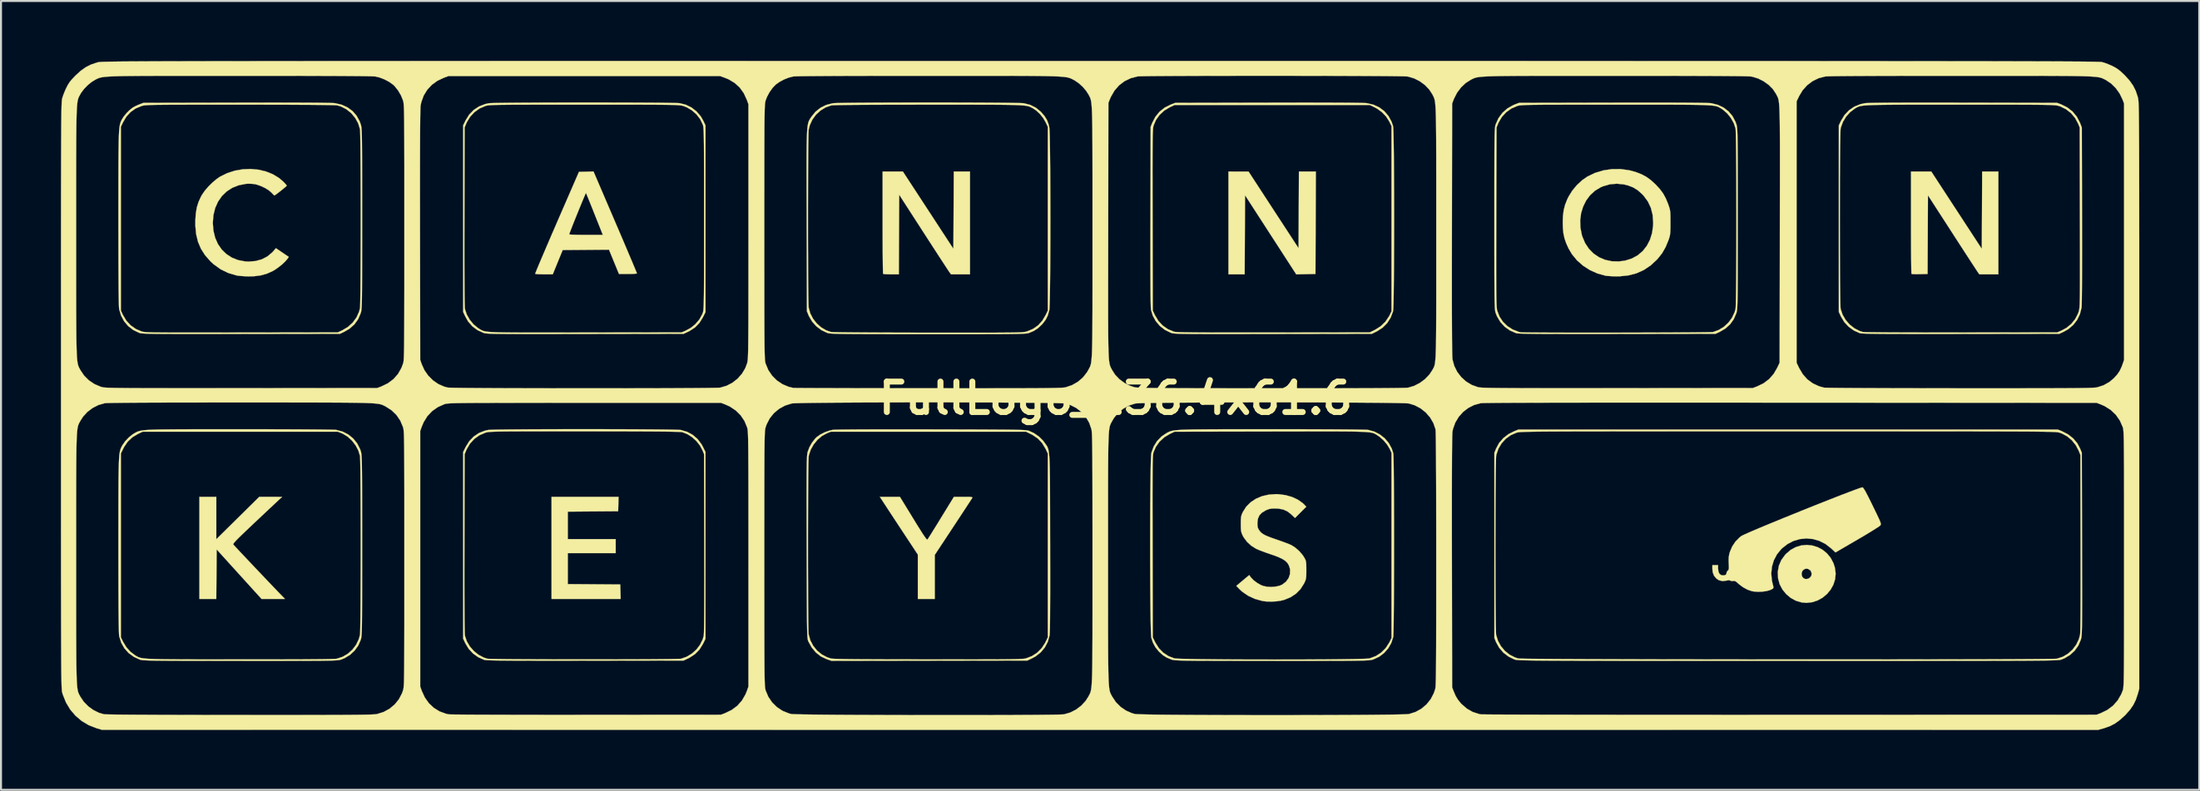
<source format=kicad_pcb>
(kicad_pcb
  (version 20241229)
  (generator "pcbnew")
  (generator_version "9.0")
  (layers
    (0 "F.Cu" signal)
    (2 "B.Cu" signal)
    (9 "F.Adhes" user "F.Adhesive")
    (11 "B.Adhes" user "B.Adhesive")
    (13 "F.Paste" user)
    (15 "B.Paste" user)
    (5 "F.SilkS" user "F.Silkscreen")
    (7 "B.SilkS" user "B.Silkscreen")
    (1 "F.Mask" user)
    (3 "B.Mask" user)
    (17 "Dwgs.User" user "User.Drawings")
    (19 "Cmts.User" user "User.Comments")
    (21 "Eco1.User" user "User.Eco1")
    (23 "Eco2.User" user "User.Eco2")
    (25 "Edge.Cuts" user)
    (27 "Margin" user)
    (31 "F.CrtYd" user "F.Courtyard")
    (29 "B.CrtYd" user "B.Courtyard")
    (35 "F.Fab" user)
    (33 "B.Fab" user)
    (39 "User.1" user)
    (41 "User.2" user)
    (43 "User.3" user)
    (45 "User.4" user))
  (footprint "FullLogo_136.4x61.6"
    (layer "F.Cu")
    (at 52.833 16.903)
    (property "Reference" "FullLogo_136.4x61.6" (at 0 0 0) (layer "F.SilkS") (effects (font (size 1.524 1.524) (thickness 0.3))))
    (attr through_hole)
    (fp_poly (pts (xy -24.914 5.3) (xy -24.924 5.662) (xy -26.185 5.671) (xy -27.446 5.681) (xy -27.446 7.056) (xy -25.047 7.056) (xy -25.047 7.761) (xy -27.446 7.761) (xy -27.446 9.312) (xy -24.818 9.331) (xy -24.808 9.693) (xy -24.798 10.054) (xy -28.258 10.054) (xy -28.258 4.939) (xy -24.904 4.939) (xy -24.914 5.3)) (stroke (width 0.01) (type solid)) (fill yes) (layer "F.SilkS"))
    (fp_poly (pts (xy 10.01 -8.793) (xy 10.001 -6.227) (xy 9.039 -6.207) (xy 7.756 -8.19) (xy 6.473 -10.174) (xy 6.455 -6.209) (xy 5.644 -6.209) (xy 5.644 -11.359) (xy 6.147 -11.358) (xy 6.65 -11.356) (xy 7.902 -9.435) (xy 9.155 -7.515) (xy 9.164 -9.437) (xy 9.173 -11.359) (xy 10.019 -11.359) (xy 10.01 -8.793)) (stroke (width 0.01) (type solid)) (fill yes) (layer "F.SilkS"))
    (fp_poly (pts (xy -9.398 -9.422) (xy -8.132 -7.484) (xy -8.122 -9.422) (xy -8.113 -11.359) (xy -7.303 -11.359) (xy -7.303 -6.209) (xy -8.251 -6.209) (xy -8.336 -6.324) (xy -8.369 -6.373) (xy -8.438 -6.476) (xy -8.537 -6.628) (xy -8.665 -6.823) (xy -8.816 -7.055) (xy -8.988 -7.32) (xy -9.177 -7.612) (xy -9.38 -7.925) (xy -9.593 -8.255) (xy -9.634 -8.318) (xy -10.848 -10.198) (xy -10.857 -8.204) (xy -10.866 -6.209) (xy -11.248 -6.209) (xy -11.406 -6.211) (xy -11.536 -6.216) (xy -11.624 -6.225) (xy -11.653 -6.232) (xy -11.657 -6.271) (xy -11.661 -6.374) (xy -11.664 -6.536) (xy -11.667 -6.753) (xy -11.67 -7.017) (xy -11.673 -7.324) (xy -11.674 -7.667) (xy -11.676 -8.042) (xy -11.677 -8.442) (xy -11.677 -8.808) (xy -11.677 -11.359) (xy -10.664 -11.359) (xy -9.398 -9.422)) (stroke (width 0.01) (type solid)) (fill yes) (layer "F.SilkS"))
    (fp_poly (pts (xy 42.108 -9.421) (xy 43.374 -7.483) (xy 43.383 -9.421) (xy 43.392 -11.359) (xy 44.203 -11.359) (xy 44.203 -6.209) (xy 43.253 -6.209) (xy 43.182 -6.306) (xy 43.151 -6.352) (xy 43.085 -6.452) (xy 42.988 -6.601) (xy 42.862 -6.793) (xy 42.713 -7.023) (xy 42.542 -7.285) (xy 42.354 -7.575) (xy 42.152 -7.887) (xy 41.939 -8.216) (xy 41.894 -8.287) (xy 40.676 -10.17) (xy 40.667 -8.198) (xy 40.658 -6.227) (xy 40.268 -6.217) (xy 40.108 -6.215) (xy 39.976 -6.217) (xy 39.885 -6.224) (xy 39.853 -6.231) (xy 39.849 -6.27) (xy 39.845 -6.373) (xy 39.842 -6.536) (xy 39.839 -6.752) (xy 39.836 -7.017) (xy 39.833 -7.323) (xy 39.831 -7.667) (xy 39.83 -8.042) (xy 39.829 -8.442) (xy 39.829 -8.808) (xy 39.829 -11.359) (xy 40.843 -11.359) (xy 42.108 -9.421)) (stroke (width 0.01) (type solid)) (fill yes) (layer "F.SilkS"))
    (fp_poly (pts (xy -45.05 7.065) (xy -43.973 6.002) (xy -42.897 4.939) (xy -42.324 4.94) (xy -41.751 4.942) (xy -41.895 5.073) (xy -41.952 5.125) (xy -42.053 5.219) (xy -42.193 5.351) (xy -42.366 5.513) (xy -42.566 5.701) (xy -42.786 5.908) (xy -43.02 6.128) (xy -43.139 6.24) (xy -43.408 6.495) (xy -43.63 6.706) (xy -43.809 6.878) (xy -43.948 7.014) (xy -44.052 7.12) (xy -44.125 7.2) (xy -44.171 7.257) (xy -44.195 7.296) (xy -44.2 7.322) (xy -44.194 7.334) (xy -44.161 7.371) (xy -44.085 7.453) (xy -43.972 7.574) (xy -43.829 7.727) (xy -43.659 7.907) (xy -43.471 8.106) (xy -43.269 8.32) (xy -43.059 8.542) (xy -42.847 8.765) (xy -42.64 8.983) (xy -42.442 9.191) (xy -42.26 9.382) (xy -42.1 9.55) (xy -41.967 9.689) (xy -41.867 9.792) (xy -41.861 9.798) (xy -41.612 10.054) (xy -42.784 10.054) (xy -43.908 8.815) (xy -45.032 7.575) (xy -45.051 10.054) (xy -45.896 10.054) (xy -45.896 4.939) (xy -45.05 4.939) (xy -45.05 7.065)) (stroke (width 0.01) (type solid)) (fill yes) (layer "F.SilkS"))
    (fp_poly (pts (xy -7.442 4.939) (xy -7.312 4.942) (xy -7.233 4.949) (xy -7.194 4.96) (xy -7.184 4.978) (xy -7.193 5.001) (xy -7.219 5.042) (xy -7.28 5.136) (xy -7.372 5.277) (xy -7.491 5.458) (xy -7.632 5.674) (xy -7.793 5.919) (xy -7.969 6.186) (xy -8.147 6.456) (xy -9.066 7.849) (xy -9.066 8.952) (xy -9.066 10.054) (xy -9.913 10.054) (xy -9.913 7.834) (xy -10.536 6.889) (xy -10.708 6.629) (xy -10.884 6.361) (xy -11.058 6.097) (xy -11.219 5.852) (xy -11.36 5.638) (xy -11.472 5.467) (xy -11.488 5.442) (xy -11.817 4.939) (xy -11.315 4.939) (xy -10.813 4.939) (xy -10.143 6.032) (xy -9.96 6.331) (xy -9.809 6.572) (xy -9.689 6.762) (xy -9.595 6.903) (xy -9.525 7.001) (xy -9.476 7.06) (xy -9.446 7.084) (xy -9.434 7.082) (xy -9.406 7.042) (xy -9.347 6.95) (xy -9.259 6.811) (xy -9.149 6.634) (xy -9.019 6.426) (xy -8.876 6.194) (xy -8.75 5.988) (xy -8.106 4.939) (xy -7.633 4.939) (xy -7.442 4.939)) (stroke (width 0.01) (type solid)) (fill yes) (layer "F.SilkS"))
    (fp_poly (pts (xy 34.888 7.38) (xy 35.153 7.462) (xy 35.4 7.594) (xy 35.619 7.773) (xy 35.804 7.998) (xy 35.945 8.265) (xy 36.018 8.498) (xy 36.054 8.79) (xy 36.025 9.074) (xy 35.939 9.343) (xy 35.802 9.589) (xy 35.622 9.807) (xy 35.404 9.989) (xy 35.156 10.128) (xy 34.885 10.218) (xy 34.596 10.251) (xy 34.346 10.23) (xy 34.064 10.146) (xy 33.804 10.004) (xy 33.576 9.812) (xy 33.388 9.581) (xy 33.251 9.32) (xy 33.174 9.039) (xy 33.17 9.011) (xy 33.162 8.802) (xy 34.346 8.802) (xy 34.374 8.933) (xy 34.448 9.021) (xy 34.553 9.061) (xy 34.674 9.044) (xy 34.761 8.993) (xy 34.837 8.894) (xy 34.853 8.776) (xy 34.809 8.658) (xy 34.778 8.619) (xy 34.673 8.55) (xy 34.561 8.539) (xy 34.458 8.58) (xy 34.38 8.666) (xy 34.347 8.787) (xy 34.346 8.802) (xy 33.162 8.802) (xy 33.158 8.686) (xy 33.213 8.385) (xy 33.334 8.106) (xy 33.523 7.847) (xy 33.565 7.801) (xy 33.802 7.598) (xy 34.061 7.457) (xy 34.334 7.375) (xy 34.612 7.35) (xy 34.888 7.38)) (stroke (width 0.01) (type solid)) (fill yes) (layer "F.SilkS"))
    (fp_poly (pts (xy -25.069 -8.822) (xy -24.897 -8.422) (xy -24.734 -8.041) (xy -24.582 -7.683) (xy -24.442 -7.354) (xy -24.317 -7.058) (xy -24.208 -6.801) (xy -24.119 -6.588) (xy -24.05 -6.423) (xy -24.005 -6.312) (xy -23.985 -6.259) (xy -23.984 -6.255) (xy -24.019 -6.244) (xy -24.111 -6.235) (xy -24.247 -6.229) (xy -24.413 -6.227) (xy -24.435 -6.227) (xy -24.882 -6.227) (xy -25.132 -6.835) (xy -25.382 -7.444) (xy -26.542 -7.435) (xy -27.702 -7.426) (xy -27.951 -6.817) (xy -28.199 -6.209) (xy -28.632 -6.209) (xy -28.799 -6.211) (xy -28.938 -6.216) (xy -29.036 -6.225) (xy -29.079 -6.235) (xy -29.079 -6.235) (xy -29.067 -6.271) (xy -29.03 -6.367) (xy -28.968 -6.517) (xy -28.885 -6.717) (xy -28.781 -6.962) (xy -28.66 -7.246) (xy -28.523 -7.566) (xy -28.373 -7.916) (xy -28.246 -8.211) (xy -27.376 -8.211) (xy -27.342 -8.203) (xy -27.247 -8.197) (xy -27.102 -8.191) (xy -26.914 -8.187) (xy -26.695 -8.185) (xy -26.533 -8.184) (xy -25.69 -8.184) (xy -26.105 -9.226) (xy -26.206 -9.481) (xy -26.3 -9.714) (xy -26.382 -9.918) (xy -26.45 -10.084) (xy -26.5 -10.205) (xy -26.529 -10.273) (xy -26.535 -10.284) (xy -26.551 -10.256) (xy -26.589 -10.172) (xy -26.645 -10.041) (xy -26.715 -9.873) (xy -26.796 -9.677) (xy -26.884 -9.462) (xy -26.975 -9.239) (xy -27.065 -9.015) (xy -27.151 -8.802) (xy -27.228 -8.607) (xy -27.292 -8.441) (xy -27.341 -8.314) (xy -27.369 -8.233) (xy -27.376 -8.211) (xy -28.246 -8.211) (xy -28.211 -8.291) (xy -28.04 -8.686) (xy -27.99 -8.802) (xy -26.886 -11.342) (xy -26.522 -11.351) (xy -26.158 -11.361) (xy -25.069 -8.822)) (stroke (width 0.01) (type solid)) (fill yes) (layer "F.SilkS"))
    (fp_poly (pts (xy -42.942 -11.451) (xy -42.571 -11.364) (xy -42.225 -11.226) (xy -41.914 -11.039) (xy -41.695 -10.852) (xy -41.609 -10.762) (xy -41.547 -10.69) (xy -41.522 -10.652) (xy -41.522 -10.651) (xy -41.548 -10.622) (xy -41.616 -10.561) (xy -41.713 -10.48) (xy -41.825 -10.39) (xy -41.938 -10.302) (xy -42.037 -10.227) (xy -42.11 -10.176) (xy -42.14 -10.16) (xy -42.171 -10.184) (xy -42.233 -10.246) (xy -42.285 -10.301) (xy -42.419 -10.417) (xy -42.6 -10.53) (xy -42.807 -10.629) (xy -43.016 -10.702) (xy -43.126 -10.728) (xy -43.293 -10.746) (xy -43.478 -10.748) (xy -43.567 -10.742) (xy -43.925 -10.672) (xy -44.248 -10.544) (xy -44.531 -10.361) (xy -44.77 -10.129) (xy -44.963 -9.851) (xy -45.106 -9.532) (xy -45.194 -9.176) (xy -45.225 -8.788) (xy -45.225 -8.784) (xy -45.195 -8.397) (xy -45.108 -8.043) (xy -44.969 -7.727) (xy -44.78 -7.452) (xy -44.545 -7.224) (xy -44.27 -7.045) (xy -43.957 -6.921) (xy -43.61 -6.855) (xy -43.426 -6.846) (xy -43.08 -6.874) (xy -42.766 -6.961) (xy -42.487 -7.107) (xy -42.248 -7.308) (xy -42.212 -7.348) (xy -42.063 -7.517) (xy -41.741 -7.298) (xy -41.419 -7.08) (xy -41.489 -6.982) (xy -41.598 -6.855) (xy -41.749 -6.712) (xy -41.924 -6.57) (xy -42.102 -6.444) (xy -42.229 -6.37) (xy -42.519 -6.24) (xy -42.82 -6.156) (xy -43.149 -6.113) (xy -43.424 -6.106) (xy -43.613 -6.111) (xy -43.802 -6.124) (xy -43.964 -6.141) (xy -44.049 -6.156) (xy -44.462 -6.28) (xy -44.84 -6.466) (xy -45.185 -6.715) (xy -45.347 -6.864) (xy -45.613 -7.168) (xy -45.819 -7.491) (xy -45.967 -7.84) (xy -46.059 -8.221) (xy -46.099 -8.642) (xy -46.098 -8.925) (xy -46.074 -9.268) (xy -46.024 -9.563) (xy -45.942 -9.83) (xy -45.824 -10.089) (xy -45.765 -10.195) (xy -45.628 -10.394) (xy -45.447 -10.605) (xy -45.241 -10.809) (xy -45.03 -10.986) (xy -44.856 -11.105) (xy -44.496 -11.281) (xy -44.115 -11.403) (xy -43.723 -11.471) (xy -43.329 -11.487) (xy -42.942 -11.451)) (stroke (width 0.01) (type solid)) (fill yes) (layer "F.SilkS"))
    (fp_poly (pts (xy 25.721 -11.421) (xy 26.062 -11.327) (xy 26.342 -11.216) (xy 26.582 -11.086) (xy 26.806 -10.923) (xy 27.037 -10.71) (xy 27.04 -10.707) (xy 27.25 -10.48) (xy 27.412 -10.261) (xy 27.543 -10.023) (xy 27.659 -9.742) (xy 27.67 -9.711) (xy 27.711 -9.595) (xy 27.74 -9.498) (xy 27.76 -9.406) (xy 27.772 -9.302) (xy 27.778 -9.173) (xy 27.78 -9.001) (xy 27.78 -8.802) (xy 27.78 -8.578) (xy 27.776 -8.41) (xy 27.769 -8.282) (xy 27.756 -8.18) (xy 27.735 -8.087) (xy 27.705 -7.989) (xy 27.681 -7.92) (xy 27.536 -7.569) (xy 27.361 -7.265) (xy 27.142 -6.989) (xy 27.099 -6.942) (xy 26.784 -6.652) (xy 26.445 -6.425) (xy 26.078 -6.26) (xy 25.679 -6.156) (xy 25.242 -6.109) (xy 25.058 -6.107) (xy 24.882 -6.111) (xy 24.714 -6.121) (xy 24.579 -6.133) (xy 24.521 -6.141) (xy 24.12 -6.253) (xy 23.744 -6.422) (xy 23.401 -6.643) (xy 23.1 -6.909) (xy 22.848 -7.215) (xy 22.671 -7.516) (xy 22.553 -7.78) (xy 22.471 -8.022) (xy 22.42 -8.265) (xy 22.393 -8.533) (xy 22.386 -8.784) (xy 22.39 -8.923) (xy 23.259 -8.923) (xy 23.269 -8.562) (xy 23.338 -8.197) (xy 23.365 -8.105) (xy 23.505 -7.773) (xy 23.696 -7.486) (xy 23.931 -7.248) (xy 24.205 -7.063) (xy 24.512 -6.933) (xy 24.847 -6.862) (xy 25.202 -6.853) (xy 25.515 -6.896) (xy 25.846 -7) (xy 26.138 -7.16) (xy 26.39 -7.373) (xy 26.596 -7.634) (xy 26.754 -7.937) (xy 26.861 -8.279) (xy 26.912 -8.654) (xy 26.916 -8.803) (xy 26.888 -9.19) (xy 26.799 -9.541) (xy 26.65 -9.858) (xy 26.439 -10.144) (xy 26.355 -10.233) (xy 26.136 -10.426) (xy 25.908 -10.565) (xy 25.649 -10.664) (xy 25.451 -10.713) (xy 25.099 -10.75) (xy 24.746 -10.719) (xy 24.402 -10.62) (xy 24.282 -10.568) (xy 23.997 -10.395) (xy 23.754 -10.172) (xy 23.556 -9.905) (xy 23.406 -9.602) (xy 23.305 -9.272) (xy 23.259 -8.923) (xy 22.39 -8.923) (xy 22.396 -9.124) (xy 22.433 -9.418) (xy 22.502 -9.689) (xy 22.608 -9.959) (xy 22.677 -10.1) (xy 22.86 -10.397) (xy 23.092 -10.677) (xy 23.357 -10.923) (xy 23.618 -11.105) (xy 24.003 -11.29) (xy 24.416 -11.415) (xy 24.847 -11.479) (xy 25.286 -11.482) (xy 25.721 -11.421)) (stroke (width 0.01) (type solid)) (fill yes) (layer "F.SilkS"))
    (fp_poly (pts (xy 8.149 4.809) (xy 8.498 4.854) (xy 8.824 4.946) (xy 9.115 5.08) (xy 9.359 5.252) (xy 9.436 5.326) (xy 9.54 5.435) (xy 9.258 5.717) (xy 8.976 5.999) (xy 8.796 5.826) (xy 8.607 5.676) (xy 8.399 5.579) (xy 8.157 5.531) (xy 7.972 5.522) (xy 7.809 5.528) (xy 7.684 5.55) (xy 7.562 5.594) (xy 7.504 5.622) (xy 7.316 5.736) (xy 7.191 5.87) (xy 7.12 6.034) (xy 7.098 6.176) (xy 7.092 6.349) (xy 7.111 6.478) (xy 7.159 6.584) (xy 7.233 6.681) (xy 7.294 6.743) (xy 7.366 6.798) (xy 7.459 6.852) (xy 7.583 6.909) (xy 7.749 6.974) (xy 7.966 7.051) (xy 8.132 7.108) (xy 8.324 7.175) (xy 8.507 7.243) (xy 8.665 7.304) (xy 8.778 7.353) (xy 8.799 7.363) (xy 8.992 7.487) (xy 9.183 7.654) (xy 9.348 7.842) (xy 9.44 7.981) (xy 9.483 8.063) (xy 9.512 8.134) (xy 9.529 8.212) (xy 9.539 8.314) (xy 9.542 8.457) (xy 9.543 8.609) (xy 9.542 8.794) (xy 9.537 8.928) (xy 9.526 9.027) (xy 9.505 9.11) (xy 9.47 9.195) (xy 9.426 9.288) (xy 9.252 9.562) (xy 9.027 9.791) (xy 8.754 9.971) (xy 8.437 10.1) (xy 8.273 10.142) (xy 8.042 10.176) (xy 7.784 10.189) (xy 7.533 10.182) (xy 7.34 10.157) (xy 6.968 10.053) (xy 6.629 9.897) (xy 6.333 9.694) (xy 6.185 9.556) (xy 6.037 9.402) (xy 6.359 9.132) (xy 6.682 8.862) (xy 6.772 8.982) (xy 6.902 9.118) (xy 7.075 9.249) (xy 7.264 9.357) (xy 7.381 9.404) (xy 7.574 9.445) (xy 7.794 9.456) (xy 8.015 9.437) (xy 8.213 9.391) (xy 8.336 9.337) (xy 8.524 9.192) (xy 8.655 9.014) (xy 8.725 8.812) (xy 8.731 8.596) (xy 8.715 8.512) (xy 8.669 8.374) (xy 8.6 8.257) (xy 8.498 8.154) (xy 8.357 8.06) (xy 8.167 7.968) (xy 7.921 7.873) (xy 7.743 7.813) (xy 7.545 7.745) (xy 7.351 7.673) (xy 7.179 7.607) (xy 7.05 7.551) (xy 7.029 7.542) (xy 6.786 7.39) (xy 6.572 7.193) (xy 6.404 6.967) (xy 6.362 6.889) (xy 6.317 6.792) (xy 6.288 6.705) (xy 6.271 6.611) (xy 6.264 6.487) (xy 6.262 6.315) (xy 6.262 6.297) (xy 6.263 6.12) (xy 6.27 5.994) (xy 6.286 5.897) (xy 6.314 5.811) (xy 6.358 5.714) (xy 6.366 5.697) (xy 6.533 5.434) (xy 6.753 5.213) (xy 7.019 5.036) (xy 7.326 4.907) (xy 7.667 4.829) (xy 8.036 4.805) (xy 8.149 4.809)) (stroke (width 0.01) (type solid)) (fill yes) (layer "F.SilkS"))
    (fp_poly (pts (xy 37.435 4.494) (xy 37.486 4.567) (xy 37.557 4.689) (xy 37.649 4.864) (xy 37.766 5.095) (xy 37.909 5.386) (xy 37.911 5.391) (xy 38.039 5.653) (xy 38.138 5.86) (xy 38.213 6.019) (xy 38.265 6.136) (xy 38.297 6.22) (xy 38.313 6.278) (xy 38.315 6.318) (xy 38.307 6.347) (xy 38.29 6.372) (xy 38.287 6.375) (xy 38.242 6.412) (xy 38.144 6.479) (xy 37.999 6.571) (xy 37.815 6.685) (xy 37.6 6.816) (xy 37.361 6.959) (xy 37.134 7.091) (xy 36.045 7.725) (xy 35.823 7.518) (xy 35.543 7.301) (xy 35.239 7.147) (xy 34.919 7.054) (xy 34.591 7.024) (xy 34.264 7.056) (xy 33.945 7.149) (xy 33.644 7.304) (xy 33.368 7.52) (xy 33.333 7.554) (xy 33.116 7.819) (xy 32.959 8.117) (xy 32.862 8.44) (xy 32.828 8.781) (xy 32.86 9.132) (xy 32.901 9.312) (xy 32.931 9.422) (xy 32.938 9.486) (xy 32.923 9.524) (xy 32.891 9.551) (xy 32.762 9.615) (xy 32.584 9.662) (xy 32.376 9.69) (xy 32.158 9.698) (xy 31.95 9.682) (xy 31.847 9.663) (xy 31.636 9.589) (xy 31.416 9.469) (xy 31.216 9.32) (xy 31.184 9.291) (xy 31.085 9.204) (xy 31.014 9.161) (xy 30.955 9.152) (xy 30.924 9.157) (xy 30.833 9.16) (xy 30.782 9.139) (xy 30.727 9.116) (xy 30.641 9.124) (xy 30.583 9.138) (xy 30.385 9.161) (xy 30.208 9.118) (xy 30.088 9.04) (xy 29.965 8.897) (xy 29.897 8.717) (xy 29.88 8.538) (xy 29.88 8.361) (xy 30.163 8.361) (xy 30.163 8.522) (xy 30.184 8.693) (xy 30.245 8.811) (xy 30.343 8.872) (xy 30.475 8.873) (xy 30.482 8.872) (xy 30.56 8.84) (xy 30.585 8.78) (xy 30.586 8.764) (xy 30.611 8.681) (xy 30.651 8.638) (xy 30.682 8.611) (xy 30.7 8.569) (xy 30.707 8.495) (xy 30.704 8.374) (xy 30.7 8.271) (xy 30.694 8.086) (xy 30.702 7.941) (xy 30.728 7.805) (xy 30.757 7.699) (xy 30.871 7.43) (xy 31.036 7.182) (xy 31.239 6.975) (xy 31.329 6.906) (xy 31.394 6.871) (xy 31.517 6.813) (xy 31.692 6.735) (xy 31.913 6.639) (xy 32.175 6.528) (xy 32.472 6.403) (xy 32.799 6.268) (xy 33.149 6.124) (xy 33.517 5.973) (xy 33.898 5.819) (xy 34.285 5.662) (xy 34.673 5.506) (xy 35.057 5.353) (xy 35.431 5.204) (xy 35.789 5.063) (xy 36.125 4.931) (xy 36.434 4.811) (xy 36.711 4.706) (xy 36.949 4.616) (xy 37.142 4.545) (xy 37.286 4.495) (xy 37.375 4.468) (xy 37.401 4.465) (xy 37.435 4.494)) (stroke (width 0.01) (type solid)) (fill yes) (layer "F.SilkS"))
    (fp_poly (pts (xy 9.823 -14.812) (xy 10.412 -14.811) (xy 10.931 -14.809) (xy 11.379 -14.807) (xy 11.758 -14.804) (xy 12.066 -14.8) (xy 12.303 -14.796) (xy 12.471 -14.79) (xy 12.568 -14.784) (xy 12.577 -14.783) (xy 12.905 -14.707) (xy 13.198 -14.572) (xy 13.45 -14.382) (xy 13.656 -14.141) (xy 13.812 -13.855) (xy 13.887 -13.635) (xy 13.894 -13.571) (xy 13.901 -13.443) (xy 13.907 -13.254) (xy 13.913 -13.01) (xy 13.918 -12.717) (xy 13.923 -12.38) (xy 13.927 -12.003) (xy 13.93 -11.593) (xy 13.933 -11.154) (xy 13.935 -10.692) (xy 13.937 -10.211) (xy 13.938 -9.718) (xy 13.939 -9.218) (xy 13.939 -8.715) (xy 13.938 -8.215) (xy 13.937 -7.723) (xy 13.935 -7.244) (xy 13.933 -6.785) (xy 13.93 -6.349) (xy 13.926 -5.942) (xy 13.922 -5.57) (xy 13.918 -5.238) (xy 13.913 -4.95) (xy 13.907 -4.713) (xy 13.9 -4.531) (xy 13.893 -4.409) (xy 13.887 -4.357) (xy 13.768 -4.042) (xy 13.593 -3.767) (xy 13.365 -3.538) (xy 13.087 -3.357) (xy 13.062 -3.345) (xy 12.825 -3.228) (xy 7.885 -3.22) (xy 7.196 -3.219) (xy 6.575 -3.218) (xy 6.016 -3.217) (xy 5.517 -3.217) (xy 5.075 -3.217) (xy 4.685 -3.217) (xy 4.345 -3.218) (xy 4.049 -3.219) (xy 3.796 -3.22) (xy 3.581 -3.223) (xy 3.401 -3.225) (xy 3.252 -3.228) (xy 3.131 -3.232) (xy 3.034 -3.237) (xy 2.957 -3.242) (xy 2.897 -3.248) (xy 2.85 -3.255) (xy 2.814 -3.263) (xy 2.783 -3.272) (xy 2.755 -3.281) (xy 2.754 -3.282) (xy 2.463 -3.423) (xy 2.211 -3.619) (xy 2.005 -3.861) (xy 1.852 -4.141) (xy 1.766 -4.42) (xy 1.759 -4.479) (xy 1.754 -4.593) (xy 1.749 -4.764) (xy 1.745 -4.993) (xy 1.741 -5.281) (xy 1.739 -5.63) (xy 1.737 -6.042) (xy 1.735 -6.517) (xy 1.735 -7.057) (xy 1.735 -7.663) (xy 1.735 -8.337) (xy 1.737 -9.08) (xy 1.737 -9.102) (xy 1.742 -11.381) (xy 1.839 -11.381) (xy 1.84 -10.931) (xy 1.84 -10.422) (xy 1.841 -9.852) (xy 1.842 -9.217) (xy 1.843 -8.923) (xy 1.852 -4.392) (xy 1.964 -4.155) (xy 2.134 -3.874) (xy 2.351 -3.641) (xy 2.61 -3.46) (xy 2.903 -3.338) (xy 2.924 -3.332) (xy 2.961 -3.325) (xy 3.024 -3.319) (xy 3.116 -3.314) (xy 3.24 -3.309) (xy 3.4 -3.305) (xy 3.597 -3.302) (xy 3.837 -3.299) (xy 4.12 -3.296) (xy 4.452 -3.294) (xy 4.834 -3.293) (xy 5.269 -3.292) (xy 5.762 -3.291) (xy 6.315 -3.291) (xy 6.931 -3.292) (xy 7.613 -3.292) (xy 7.904 -3.292) (xy 12.721 -3.298) (xy 12.99 -3.431) (xy 13.269 -3.608) (xy 13.505 -3.837) (xy 13.689 -4.11) (xy 13.712 -4.154) (xy 13.811 -4.357) (xy 13.811 -13.636) (xy 13.697 -13.868) (xy 13.538 -14.117) (xy 13.325 -14.338) (xy 13.071 -14.52) (xy 12.956 -14.58) (xy 12.718 -14.693) (xy 2.946 -14.693) (xy 2.71 -14.582) (xy 2.43 -14.414) (xy 2.196 -14.2) (xy 2.015 -13.948) (xy 1.894 -13.667) (xy 1.89 -13.65) (xy 1.881 -13.617) (xy 1.874 -13.573) (xy 1.868 -13.515) (xy 1.862 -13.44) (xy 1.857 -13.345) (xy 1.852 -13.224) (xy 1.849 -13.076) (xy 1.846 -12.895) (xy 1.844 -12.679) (xy 1.842 -12.423) (xy 1.84 -12.124) (xy 1.84 -11.778) (xy 1.839 -11.381) (xy 1.742 -11.381) (xy 1.746 -13.6) (xy 1.826 -13.798) (xy 1.985 -14.102) (xy 2.194 -14.357) (xy 2.452 -14.562) (xy 2.758 -14.715) (xy 2.769 -14.719) (xy 2.981 -14.799) (xy 7.638 -14.809) (xy 8.436 -14.811) (xy 9.165 -14.812) (xy 9.823 -14.812)) (stroke (width 0.01) (type solid)) (fill yes) (layer "F.SilkS"))
    (fp_poly (pts (xy -26.409 1.551) (xy -25.897 1.551) (xy -25.393 1.552) (xy -24.901 1.553) (xy -24.427 1.555) (xy -23.975 1.557) (xy -23.551 1.56) (xy -23.16 1.563) (xy -22.807 1.566) (xy -22.497 1.57) (xy -22.236 1.574) (xy -22.028 1.579) (xy -21.879 1.584) (xy -21.794 1.589) (xy -21.782 1.591) (xy -21.468 1.683) (xy -21.187 1.836) (xy -20.945 2.045) (xy -20.749 2.305) (xy -20.682 2.427) (xy -20.549 2.695) (xy -20.549 12.051) (xy -20.682 12.32) (xy -20.853 12.594) (xy -21.073 12.819) (xy -21.346 12.998) (xy -21.414 13.032) (xy -21.643 13.141) (xy -26.564 13.148) (xy -27.28 13.149) (xy -27.929 13.149) (xy -28.514 13.149) (xy -29.037 13.149) (xy -29.501 13.148) (xy -29.911 13.147) (xy -30.268 13.146) (xy -30.575 13.143) (xy -30.837 13.141) (xy -31.056 13.138) (xy -31.234 13.134) (xy -31.376 13.13) (xy -31.484 13.125) (xy -31.56 13.12) (xy -31.609 13.113) (xy -31.627 13.109) (xy -31.926 12.978) (xy -32.19 12.79) (xy -32.41 12.553) (xy -32.572 12.286) (xy -32.685 12.047) (xy -32.685 8.728) (xy -32.626 8.728) (xy -32.626 9.353) (xy -32.625 9.91) (xy -32.623 10.397) (xy -32.621 10.815) (xy -32.618 11.166) (xy -32.614 11.448) (xy -32.61 11.663) (xy -32.605 11.811) (xy -32.598 11.892) (xy -32.597 11.903) (xy -32.504 12.177) (xy -32.353 12.434) (xy -32.154 12.663) (xy -31.918 12.853) (xy -31.658 12.992) (xy -31.476 13.05) (xy -31.422 13.054) (xy -31.301 13.059) (xy -31.12 13.063) (xy -30.884 13.066) (xy -30.597 13.07) (xy -30.266 13.073) (xy -29.894 13.075) (xy -29.487 13.078) (xy -29.05 13.079) (xy -28.588 13.081) (xy -28.105 13.082) (xy -27.609 13.083) (xy -27.102 13.084) (xy -26.59 13.084) (xy -26.079 13.084) (xy -25.574 13.083) (xy -25.078 13.082) (xy -24.599 13.081) (xy -24.139 13.08) (xy -23.706 13.078) (xy -23.303 13.076) (xy -22.936 13.073) (xy -22.61 13.07) (xy -22.329 13.067) (xy -22.1 13.063) (xy -21.927 13.059) (xy -21.814 13.055) (xy -21.77 13.051) (xy -21.49 12.952) (xy -21.231 12.795) (xy -21.004 12.59) (xy -20.82 12.349) (xy -20.688 12.081) (xy -20.638 11.906) (xy -20.632 11.843) (xy -20.626 11.715) (xy -20.621 11.522) (xy -20.617 11.263) (xy -20.614 10.938) (xy -20.612 10.546) (xy -20.61 10.086) (xy -20.609 9.559) (xy -20.608 8.963) (xy -20.609 8.298) (xy -20.61 7.563) (xy -20.61 7.267) (xy -20.62 2.805) (xy -20.699 2.609) (xy -20.828 2.368) (xy -21.005 2.145) (xy -21.218 1.952) (xy -21.451 1.802) (xy -21.691 1.706) (xy -21.735 1.696) (xy -21.796 1.69) (xy -21.92 1.684) (xy -22.107 1.679) (xy -22.357 1.674) (xy -22.672 1.67) (xy -23.052 1.667) (xy -23.499 1.664) (xy -24.012 1.662) (xy -24.593 1.66) (xy -25.243 1.659) (xy -25.961 1.658) (xy -26.633 1.658) (xy -27.306 1.658) (xy -27.912 1.658) (xy -28.455 1.658) (xy -28.938 1.659) (xy -29.366 1.659) (xy -29.741 1.66) (xy -30.068 1.662) (xy -30.351 1.663) (xy -30.592 1.665) (xy -30.796 1.668) (xy -30.967 1.671) (xy -31.107 1.675) (xy -31.221 1.679) (xy -31.313 1.685) (xy -31.386 1.69) (xy -31.443 1.697) (xy -31.489 1.705) (xy -31.527 1.713) (xy -31.562 1.722) (xy -31.579 1.728) (xy -31.871 1.854) (xy -32.129 2.039) (xy -32.344 2.275) (xy -32.51 2.553) (xy -32.537 2.617) (xy -32.614 2.805) (xy -32.624 7.267) (xy -32.625 8.033) (xy -32.626 8.728) (xy -32.685 8.728) (xy -32.685 2.695) (xy -32.552 2.427) (xy -32.377 2.147) (xy -32.154 1.917) (xy -31.891 1.741) (xy -31.592 1.625) (xy -31.429 1.589) (xy -31.36 1.584) (xy -31.225 1.579) (xy -31.03 1.574) (xy -30.781 1.57) (xy -30.482 1.566) (xy -30.138 1.563) (xy -29.755 1.56) (xy -29.338 1.557) (xy -28.892 1.555) (xy -28.423 1.553) (xy -27.934 1.552) (xy -27.432 1.551) (xy -26.922 1.551) (xy -26.409 1.551)) (stroke (width 0.01) (type solid)) (fill yes) (layer "F.SilkS"))
    (fp_poly (pts (xy 41.435 -14.811) (xy 42.212 -14.809) (xy 42.457 -14.809) (xy 47.149 -14.799) (xy 47.351 -14.722) (xy 47.658 -14.569) (xy 47.92 -14.363) (xy 48.131 -14.108) (xy 48.29 -13.806) (xy 48.305 -13.769) (xy 48.383 -13.564) (xy 48.393 -9.175) (xy 48.394 -8.501) (xy 48.395 -7.87) (xy 48.395 -7.286) (xy 48.394 -6.75) (xy 48.393 -6.267) (xy 48.391 -5.837) (xy 48.388 -5.464) (xy 48.385 -5.149) (xy 48.382 -4.896) (xy 48.377 -4.707) (xy 48.373 -4.584) (xy 48.369 -4.538) (xy 48.29 -4.219) (xy 48.15 -3.928) (xy 47.955 -3.674) (xy 47.709 -3.465) (xy 47.492 -3.34) (xy 47.255 -3.228) (xy 42.333 -3.221) (xy 41.617 -3.22) (xy 40.968 -3.22) (xy 40.384 -3.22) (xy 39.861 -3.22) (xy 39.396 -3.221) (xy 38.987 -3.222) (xy 38.63 -3.223) (xy 38.322 -3.225) (xy 38.06 -3.228) (xy 37.842 -3.231) (xy 37.663 -3.235) (xy 37.522 -3.239) (xy 37.414 -3.244) (xy 37.337 -3.249) (xy 37.288 -3.255) (xy 37.271 -3.259) (xy 36.972 -3.391) (xy 36.708 -3.579) (xy 36.487 -3.816) (xy 36.326 -4.083) (xy 36.213 -4.322) (xy 36.213 -9.118) (xy 36.263 -9.118) (xy 36.263 -8.621) (xy 36.264 -8.128) (xy 36.265 -7.645) (xy 36.267 -7.176) (xy 36.269 -6.727) (xy 36.271 -6.304) (xy 36.274 -5.911) (xy 36.278 -5.554) (xy 36.282 -5.239) (xy 36.286 -4.97) (xy 36.291 -4.753) (xy 36.296 -4.593) (xy 36.302 -4.496) (xy 36.305 -4.473) (xy 36.399 -4.191) (xy 36.551 -3.928) (xy 36.75 -3.697) (xy 36.987 -3.508) (xy 37.25 -3.372) (xy 37.416 -3.32) (xy 37.47 -3.315) (xy 37.59 -3.311) (xy 37.775 -3.308) (xy 38.02 -3.305) (xy 38.323 -3.302) (xy 38.679 -3.299) (xy 39.087 -3.297) (xy 39.542 -3.295) (xy 40.041 -3.294) (xy 40.58 -3.293) (xy 41.158 -3.292) (xy 41.769 -3.292) (xy 42.351 -3.293) (xy 47.149 -3.298) (xy 47.333 -3.374) (xy 47.615 -3.525) (xy 47.859 -3.728) (xy 48.056 -3.973) (xy 48.196 -4.249) (xy 48.227 -4.338) (xy 48.237 -4.373) (xy 48.246 -4.41) (xy 48.254 -4.452) (xy 48.261 -4.504) (xy 48.268 -4.569) (xy 48.273 -4.651) (xy 48.278 -4.754) (xy 48.281 -4.882) (xy 48.285 -5.038) (xy 48.287 -5.226) (xy 48.289 -5.45) (xy 48.29 -5.714) (xy 48.291 -6.021) (xy 48.291 -6.376) (xy 48.291 -6.782) (xy 48.291 -7.243) (xy 48.29 -7.763) (xy 48.289 -8.345) (xy 48.287 -8.994) (xy 48.287 -9.066) (xy 48.278 -13.564) (xy 48.199 -13.758) (xy 48.047 -14.041) (xy 47.842 -14.284) (xy 47.594 -14.479) (xy 47.311 -14.619) (xy 47.244 -14.641) (xy 47.21 -14.651) (xy 47.174 -14.66) (xy 47.132 -14.668) (xy 47.081 -14.675) (xy 47.017 -14.681) (xy 46.935 -14.687) (xy 46.833 -14.692) (xy 46.706 -14.696) (xy 46.552 -14.699) (xy 46.366 -14.702) (xy 46.144 -14.704) (xy 45.883 -14.706) (xy 45.58 -14.708) (xy 45.23 -14.709) (xy 44.829 -14.71) (xy 44.375 -14.71) (xy 43.863 -14.711) (xy 43.29 -14.711) (xy 42.652 -14.711) (xy 42.302 -14.711) (xy 41.613 -14.711) (xy 40.991 -14.711) (xy 40.433 -14.711) (xy 39.934 -14.71) (xy 39.491 -14.709) (xy 39.1 -14.708) (xy 38.758 -14.705) (xy 38.461 -14.702) (xy 38.205 -14.698) (xy 37.987 -14.693) (xy 37.803 -14.687) (xy 37.649 -14.679) (xy 37.523 -14.67) (xy 37.419 -14.659) (xy 37.335 -14.646) (xy 37.266 -14.631) (xy 37.21 -14.614) (xy 37.162 -14.595) (xy 37.119 -14.574) (xy 37.077 -14.55) (xy 37.032 -14.524) (xy 37.018 -14.515) (xy 36.783 -14.339) (xy 36.579 -14.111) (xy 36.42 -13.848) (xy 36.316 -13.567) (xy 36.305 -13.518) (xy 36.299 -13.454) (xy 36.294 -13.325) (xy 36.288 -13.135) (xy 36.284 -12.891) (xy 36.279 -12.598) (xy 36.276 -12.261) (xy 36.273 -11.885) (xy 36.27 -11.476) (xy 36.267 -11.039) (xy 36.266 -10.579) (xy 36.264 -10.102) (xy 36.264 -9.613) (xy 36.263 -9.118) (xy 36.213 -9.118) (xy 36.213 -13.67) (xy 36.322 -13.899) (xy 36.495 -14.185) (xy 36.717 -14.422) (xy 36.983 -14.605) (xy 37.285 -14.73) (xy 37.518 -14.782) (xy 37.596 -14.788) (xy 37.744 -14.794) (xy 37.961 -14.798) (xy 38.248 -14.802) (xy 38.604 -14.806) (xy 39.03 -14.808) (xy 39.527 -14.81) (xy 40.093 -14.811) (xy 40.729 -14.811) (xy 41.435 -14.811)) (stroke (width 0.01) (type solid)) (fill yes) (layer "F.SilkS"))
    (fp_poly (pts (xy -25.892 -14.816) (xy -25.39 -14.815) (xy -24.901 -14.814) (xy -24.429 -14.813) (xy -23.981 -14.811) (xy -23.56 -14.809) (xy -23.173 -14.807) (xy -22.825 -14.804) (xy -22.52 -14.8) (xy -22.264 -14.796) (xy -22.063 -14.792) (xy -21.92 -14.788) (xy -21.843 -14.783) (xy -21.838 -14.782) (xy -21.528 -14.703) (xy -21.243 -14.562) (xy -20.992 -14.365) (xy -20.784 -14.121) (xy -20.662 -13.907) (xy -20.549 -13.67) (xy -20.549 -4.318) (xy -20.681 -4.052) (xy -20.854 -3.774) (xy -21.074 -3.548) (xy -21.345 -3.371) (xy -21.406 -3.34) (xy -21.643 -3.228) (xy -26.564 -3.22) (xy -27.254 -3.219) (xy -27.877 -3.218) (xy -28.436 -3.217) (xy -28.936 -3.217) (xy -29.379 -3.217) (xy -29.769 -3.218) (xy -30.11 -3.218) (xy -30.406 -3.22) (xy -30.659 -3.221) (xy -30.874 -3.224) (xy -31.054 -3.226) (xy -31.202 -3.23) (xy -31.323 -3.234) (xy -31.419 -3.238) (xy -31.495 -3.244) (xy -31.554 -3.25) (xy -31.598 -3.257) (xy -31.633 -3.265) (xy -31.661 -3.273) (xy -31.662 -3.273) (xy -31.969 -3.413) (xy -32.225 -3.603) (xy -32.435 -3.845) (xy -32.573 -4.086) (xy -32.685 -4.322) (xy -32.685 -7.636) (xy -32.626 -7.636) (xy -32.626 -7.006) (xy -32.625 -6.445) (xy -32.623 -5.954) (xy -32.621 -5.532) (xy -32.618 -5.18) (xy -32.614 -4.898) (xy -32.609 -4.686) (xy -32.604 -4.543) (xy -32.598 -4.472) (xy -32.597 -4.469) (xy -32.506 -4.195) (xy -32.357 -3.932) (xy -32.163 -3.699) (xy -31.936 -3.512) (xy -31.88 -3.477) (xy -31.836 -3.45) (xy -31.795 -3.426) (xy -31.754 -3.405) (xy -31.709 -3.385) (xy -31.658 -3.368) (xy -31.595 -3.353) (xy -31.518 -3.34) (xy -31.423 -3.329) (xy -31.307 -3.319) (xy -31.165 -3.311) (xy -30.994 -3.305) (xy -30.791 -3.3) (xy -30.551 -3.296) (xy -30.272 -3.293) (xy -29.949 -3.291) (xy -29.58 -3.289) (xy -29.16 -3.289) (xy -28.685 -3.289) (xy -28.152 -3.289) (xy -27.559 -3.29) (xy -26.899 -3.291) (xy -26.547 -3.292) (xy -21.749 -3.298) (xy -21.565 -3.374) (xy -21.292 -3.52) (xy -21.051 -3.717) (xy -20.852 -3.953) (xy -20.709 -4.214) (xy -20.683 -4.281) (xy -20.674 -4.31) (xy -20.666 -4.345) (xy -20.658 -4.389) (xy -20.652 -4.446) (xy -20.646 -4.52) (xy -20.641 -4.614) (xy -20.637 -4.732) (xy -20.633 -4.878) (xy -20.63 -5.055) (xy -20.627 -5.268) (xy -20.625 -5.52) (xy -20.623 -5.815) (xy -20.622 -6.156) (xy -20.621 -6.547) (xy -20.621 -6.992) (xy -20.62 -7.496) (xy -20.62 -8.06) (xy -20.62 -8.69) (xy -20.62 -8.996) (xy -20.62 -9.656) (xy -20.62 -10.249) (xy -20.62 -10.78) (xy -20.621 -11.251) (xy -20.622 -11.666) (xy -20.623 -12.029) (xy -20.624 -12.344) (xy -20.626 -12.615) (xy -20.629 -12.845) (xy -20.631 -13.038) (xy -20.635 -13.198) (xy -20.639 -13.328) (xy -20.644 -13.432) (xy -20.649 -13.515) (xy -20.655 -13.579) (xy -20.662 -13.628) (xy -20.67 -13.667) (xy -20.679 -13.698) (xy -20.683 -13.711) (xy -20.812 -13.978) (xy -20.997 -14.219) (xy -21.227 -14.423) (xy -21.488 -14.577) (xy -21.653 -14.641) (xy -21.687 -14.651) (xy -21.723 -14.66) (xy -21.764 -14.668) (xy -21.815 -14.675) (xy -21.879 -14.681) (xy -21.961 -14.687) (xy -22.062 -14.692) (xy -22.188 -14.696) (xy -22.341 -14.699) (xy -22.527 -14.702) (xy -22.747 -14.704) (xy -23.007 -14.706) (xy -23.309 -14.708) (xy -23.657 -14.709) (xy -24.056 -14.71) (xy -24.508 -14.71) (xy -25.017 -14.711) (xy -25.588 -14.711) (xy -26.223 -14.711) (xy -26.617 -14.711) (xy -27.291 -14.711) (xy -27.898 -14.711) (xy -28.442 -14.71) (xy -28.927 -14.71) (xy -29.356 -14.709) (xy -29.732 -14.708) (xy -30.06 -14.707) (xy -30.344 -14.706) (xy -30.586 -14.703) (xy -30.791 -14.701) (xy -30.962 -14.698) (xy -31.103 -14.694) (xy -31.218 -14.69) (xy -31.311 -14.685) (xy -31.384 -14.679) (xy -31.442 -14.672) (xy -31.489 -14.665) (xy -31.527 -14.656) (xy -31.562 -14.647) (xy -31.581 -14.641) (xy -31.865 -14.517) (xy -32.119 -14.335) (xy -32.335 -14.104) (xy -32.502 -13.832) (xy -32.539 -13.748) (xy -32.614 -13.564) (xy -32.624 -9.102) (xy -32.625 -8.334) (xy -32.626 -7.636) (xy -32.685 -7.636) (xy -32.685 -13.674) (xy -32.553 -13.94) (xy -32.379 -14.217) (xy -32.155 -14.446) (xy -31.888 -14.621) (xy -31.582 -14.74) (xy -31.397 -14.78) (xy -31.33 -14.785) (xy -31.198 -14.789) (xy -31.005 -14.794) (xy -30.757 -14.797) (xy -30.46 -14.801) (xy -30.118 -14.804) (xy -29.737 -14.807) (xy -29.321 -14.809) (xy -28.877 -14.812) (xy -28.409 -14.813) (xy -27.922 -14.815) (xy -27.422 -14.815) (xy -26.913 -14.816) (xy -26.402 -14.816) (xy -25.892 -14.816)) (stroke (width 0.01) (type solid)) (fill yes) (layer "F.SilkS"))
    (fp_poly (pts (xy -9.989 1.559) (xy -9.281 1.56) (xy -9.243 1.56) (xy -8.569 1.562) (xy -7.962 1.563) (xy -7.418 1.564) (xy -6.934 1.566) (xy -6.505 1.568) (xy -6.129 1.57) (xy -5.802 1.572) (xy -5.52 1.574) (xy -5.279 1.577) (xy -5.076 1.58) (xy -4.906 1.584) (xy -4.767 1.588) (xy -4.655 1.593) (xy -4.566 1.598) (xy -4.497 1.604) (xy -4.443 1.611) (xy -4.401 1.618) (xy -4.368 1.627) (xy -4.348 1.633) (xy -4.094 1.75) (xy -3.853 1.917) (xy -3.649 2.118) (xy -3.575 2.216) (xy -3.535 2.272) (xy -3.499 2.321) (xy -3.467 2.366) (xy -3.439 2.412) (xy -3.414 2.463) (xy -3.392 2.521) (xy -3.373 2.591) (xy -3.357 2.677) (xy -3.343 2.783) (xy -3.331 2.911) (xy -3.321 3.067) (xy -3.314 3.254) (xy -3.307 3.475) (xy -3.303 3.735) (xy -3.299 4.038) (xy -3.296 4.386) (xy -3.294 4.785) (xy -3.293 5.237) (xy -3.291 5.747) (xy -3.29 6.318) (xy -3.289 6.954) (xy -3.288 7.232) (xy -3.287 7.966) (xy -3.286 8.631) (xy -3.286 9.23) (xy -3.286 9.763) (xy -3.288 10.232) (xy -3.29 10.639) (xy -3.292 10.987) (xy -3.295 11.275) (xy -3.299 11.508) (xy -3.304 11.685) (xy -3.31 11.809) (xy -3.316 11.882) (xy -3.317 11.889) (xy -3.405 12.202) (xy -3.554 12.485) (xy -3.759 12.731) (xy -4.014 12.932) (xy -4.189 13.028) (xy -4.427 13.141) (xy -14.235 13.157) (xy -14.468 13.077) (xy -14.759 12.942) (xy -15.011 12.748) (xy -15.223 12.498) (xy -15.391 12.197) (xy -15.402 12.171) (xy -15.412 12.146) (xy -15.42 12.117) (xy -15.428 12.081) (xy -15.435 12.033) (xy -15.442 11.97) (xy -15.447 11.889) (xy -15.452 11.785) (xy -15.456 11.655) (xy -15.46 11.495) (xy -15.463 11.301) (xy -15.466 11.07) (xy -15.468 10.798) (xy -15.47 10.482) (xy -15.472 10.117) (xy -15.474 9.7) (xy -15.475 9.227) (xy -15.477 8.694) (xy -15.478 8.099) (xy -15.48 7.461) (xy -15.48 7.318) (xy -15.416 7.318) (xy -15.416 7.812) (xy -15.416 8.301) (xy -15.415 8.779) (xy -15.413 9.242) (xy -15.412 9.685) (xy -15.41 10.1) (xy -15.407 10.484) (xy -15.404 10.831) (xy -15.401 11.136) (xy -15.397 11.392) (xy -15.393 11.596) (xy -15.388 11.74) (xy -15.383 11.821) (xy -15.382 11.829) (xy -15.3 12.127) (xy -15.157 12.399) (xy -14.964 12.639) (xy -14.728 12.835) (xy -14.458 12.978) (xy -14.27 13.039) (xy -14.226 13.046) (xy -14.148 13.052) (xy -14.033 13.057) (xy -13.879 13.062) (xy -13.682 13.066) (xy -13.441 13.07) (xy -13.152 13.073) (xy -12.812 13.076) (xy -12.419 13.078) (xy -11.97 13.08) (xy -11.462 13.082) (xy -10.892 13.083) (xy -10.258 13.084) (xy -9.557 13.085) (xy -9.4 13.085) (xy -8.721 13.085) (xy -8.109 13.086) (xy -7.56 13.085) (xy -7.071 13.085) (xy -6.638 13.084) (xy -6.257 13.083) (xy -5.926 13.082) (xy -5.64 13.08) (xy -5.395 13.077) (xy -5.189 13.075) (xy -5.017 13.071) (xy -4.876 13.067) (xy -4.763 13.062) (xy -4.673 13.057) (xy -4.603 13.051) (xy -4.55 13.044) (xy -4.509 13.036) (xy -4.497 13.033) (xy -4.202 12.921) (xy -3.938 12.75) (xy -3.714 12.526) (xy -3.539 12.26) (xy -3.517 12.215) (xy -3.404 11.977) (xy -3.404 2.769) (xy -3.517 2.532) (xy -3.685 2.25) (xy -3.901 2.02) (xy -4.168 1.838) (xy -4.228 1.807) (xy -4.494 1.676) (xy -14.27 1.676) (xy -14.475 1.758) (xy -14.719 1.892) (xy -14.941 2.082) (xy -15.131 2.314) (xy -15.277 2.573) (xy -15.369 2.846) (xy -15.381 2.91) (xy -15.386 2.977) (xy -15.391 3.109) (xy -15.395 3.3) (xy -15.399 3.546) (xy -15.403 3.841) (xy -15.406 4.179) (xy -15.408 4.556) (xy -15.411 4.965) (xy -15.413 5.403) (xy -15.414 5.862) (xy -15.415 6.338) (xy -15.416 6.825) (xy -15.416 7.318) (xy -15.48 7.318) (xy -15.481 6.797) (xy -15.483 6.2) (xy -15.483 5.665) (xy -15.484 5.19) (xy -15.484 4.771) (xy -15.483 4.403) (xy -15.483 4.084) (xy -15.481 3.809) (xy -15.479 3.575) (xy -15.477 3.378) (xy -15.474 3.214) (xy -15.47 3.08) (xy -15.465 2.971) (xy -15.46 2.884) (xy -15.454 2.816) (xy -15.447 2.762) (xy -15.439 2.719) (xy -15.432 2.689) (xy -15.346 2.46) (xy -15.217 2.231) (xy -15.061 2.029) (xy -14.975 1.944) (xy -14.79 1.813) (xy -14.563 1.7) (xy -14.323 1.616) (xy -14.176 1.585) (xy -14.106 1.579) (xy -13.968 1.575) (xy -13.763 1.571) (xy -13.495 1.567) (xy -13.164 1.564) (xy -12.773 1.562) (xy -12.323 1.56) (xy -11.818 1.559) (xy -11.26 1.558) (xy -10.649 1.558) (xy -9.989 1.559)) (stroke (width 0.01) (type solid)) (fill yes) (layer "F.SilkS"))
    (fp_poly (pts (xy -41.858 -14.812) (xy -41.269 -14.811) (xy -40.751 -14.809) (xy -40.303 -14.807) (xy -39.925 -14.804) (xy -39.617 -14.8) (xy -39.38 -14.796) (xy -39.213 -14.79) (xy -39.117 -14.784) (xy -39.109 -14.783) (xy -38.776 -14.707) (xy -38.482 -14.575) (xy -38.229 -14.39) (xy -38.024 -14.155) (xy -37.87 -13.875) (xy -37.817 -13.728) (xy -37.807 -13.694) (xy -37.798 -13.657) (xy -37.789 -13.615) (xy -37.782 -13.563) (xy -37.776 -13.497) (xy -37.77 -13.414) (xy -37.766 -13.309) (xy -37.762 -13.18) (xy -37.758 -13.022) (xy -37.755 -12.831) (xy -37.753 -12.604) (xy -37.751 -12.337) (xy -37.75 -12.026) (xy -37.749 -11.668) (xy -37.748 -11.258) (xy -37.748 -10.793) (xy -37.747 -10.268) (xy -37.747 -9.681) (xy -37.747 -9.028) (xy -37.747 -8.996) (xy -37.747 -8.339) (xy -37.747 -7.749) (xy -37.748 -7.222) (xy -37.748 -6.754) (xy -37.749 -6.342) (xy -37.75 -5.981) (xy -37.751 -5.668) (xy -37.753 -5.399) (xy -37.755 -5.17) (xy -37.758 -4.978) (xy -37.761 -4.818) (xy -37.765 -4.688) (xy -37.77 -4.582) (xy -37.776 -4.498) (xy -37.782 -4.432) (xy -37.789 -4.379) (xy -37.797 -4.336) (xy -37.806 -4.299) (xy -37.816 -4.265) (xy -37.817 -4.264) (xy -37.945 -3.963) (xy -38.131 -3.704) (xy -38.371 -3.489) (xy -38.649 -3.326) (xy -38.858 -3.228) (xy -43.797 -3.221) (xy -44.487 -3.221) (xy -45.11 -3.22) (xy -45.67 -3.219) (xy -46.17 -3.219) (xy -46.613 -3.219) (xy -47.004 -3.22) (xy -47.345 -3.221) (xy -47.641 -3.222) (xy -47.895 -3.224) (xy -48.11 -3.226) (xy -48.291 -3.229) (xy -48.44 -3.232) (xy -48.561 -3.236) (xy -48.658 -3.241) (xy -48.734 -3.246) (xy -48.794 -3.252) (xy -48.839 -3.259) (xy -48.875 -3.267) (xy -48.904 -3.275) (xy -48.916 -3.279) (xy -49.21 -3.42) (xy -49.462 -3.615) (xy -49.668 -3.858) (xy -49.82 -4.141) (xy -49.914 -4.457) (xy -49.915 -4.464) (xy -49.922 -4.532) (xy -49.928 -4.662) (xy -49.933 -4.856) (xy -49.938 -5.113) (xy -49.942 -5.435) (xy -49.945 -5.823) (xy -49.948 -6.277) (xy -49.95 -6.798) (xy -49.951 -7.387) (xy -49.952 -8.045) (xy -49.953 -8.772) (xy -49.953 -9.011) (xy -49.953 -9.675) (xy -49.952 -10.273) (xy -49.952 -10.807) (xy -49.951 -11.282) (xy -49.95 -11.703) (xy -49.948 -12.071) (xy -49.945 -12.392) (xy -49.941 -12.67) (xy -49.937 -12.907) (xy -49.931 -13.108) (xy -49.923 -13.277) (xy -49.915 -13.417) (xy -49.904 -13.533) (xy -49.896 -13.6) (xy -49.83 -13.6) (xy -49.83 -4.392) (xy -49.732 -4.183) (xy -49.56 -3.893) (xy -49.341 -3.654) (xy -49.079 -3.47) (xy -48.801 -3.35) (xy -48.77 -3.341) (xy -48.735 -3.332) (xy -48.693 -3.325) (xy -48.64 -3.318) (xy -48.572 -3.312) (xy -48.486 -3.307) (xy -48.378 -3.303) (xy -48.245 -3.299) (xy -48.083 -3.296) (xy -47.888 -3.294) (xy -47.656 -3.292) (xy -47.384 -3.29) (xy -47.069 -3.289) (xy -46.707 -3.289) (xy -46.293 -3.289) (xy -45.825 -3.289) (xy -45.299 -3.289) (xy -44.711 -3.29) (xy -44.057 -3.291) (xy -43.78 -3.291) (xy -38.964 -3.298) (xy -38.726 -3.411) (xy -38.449 -3.578) (xy -38.215 -3.793) (xy -38.029 -4.047) (xy -37.901 -4.329) (xy -37.853 -4.512) (xy -37.848 -4.575) (xy -37.843 -4.705) (xy -37.839 -4.893) (xy -37.835 -5.137) (xy -37.831 -5.429) (xy -37.828 -5.766) (xy -37.825 -6.14) (xy -37.823 -6.548) (xy -37.821 -6.984) (xy -37.819 -7.442) (xy -37.818 -7.917) (xy -37.817 -8.404) (xy -37.817 -8.897) (xy -37.817 -9.392) (xy -37.818 -9.882) (xy -37.819 -10.362) (xy -37.82 -10.828) (xy -37.822 -11.273) (xy -37.824 -11.692) (xy -37.827 -12.081) (xy -37.83 -12.433) (xy -37.833 -12.743) (xy -37.837 -13.006) (xy -37.841 -13.217) (xy -37.846 -13.37) (xy -37.851 -13.46) (xy -37.853 -13.478) (xy -37.943 -13.773) (xy -38.092 -14.044) (xy -38.289 -14.281) (xy -38.528 -14.475) (xy -38.797 -14.615) (xy -38.986 -14.673) (xy -39.047 -14.679) (xy -39.177 -14.684) (xy -39.375 -14.689) (xy -39.641 -14.693) (xy -39.973 -14.697) (xy -40.37 -14.701) (xy -40.831 -14.703) (xy -41.356 -14.706) (xy -41.942 -14.708) (xy -42.588 -14.709) (xy -43.295 -14.71) (xy -43.855 -14.71) (xy -44.528 -14.71) (xy -45.133 -14.71) (xy -45.676 -14.71) (xy -46.159 -14.71) (xy -46.586 -14.709) (xy -46.961 -14.708) (xy -47.287 -14.707) (xy -47.569 -14.705) (xy -47.81 -14.703) (xy -48.014 -14.701) (xy -48.184 -14.698) (xy -48.324 -14.694) (xy -48.438 -14.689) (xy -48.53 -14.684) (xy -48.602 -14.678) (xy -48.66 -14.672) (xy -48.706 -14.664) (xy -48.744 -14.656) (xy -48.779 -14.646) (xy -48.796 -14.641) (xy -49.094 -14.516) (xy -49.346 -14.338) (xy -49.557 -14.105) (xy -49.72 -13.829) (xy -49.83 -13.6) (xy -49.896 -13.6) (xy -49.892 -13.628) (xy -49.878 -13.705) (xy -49.862 -13.77) (xy -49.844 -13.825) (xy -49.824 -13.875) (xy -49.801 -13.923) (xy -49.776 -13.971) (xy -49.681 -14.121) (xy -49.546 -14.283) (xy -49.395 -14.434) (xy -49.249 -14.551) (xy -49.234 -14.561) (xy -49.12 -14.624) (xy -48.979 -14.69) (xy -48.899 -14.723) (xy -48.701 -14.799) (xy -44.044 -14.809) (xy -43.245 -14.811) (xy -42.517 -14.812) (xy -41.858 -14.812)) (stroke (width 0.01) (type solid)) (fill yes) (layer "F.SilkS"))
    (fp_poly (pts (xy 8.479 1.553) (xy 9.106 1.554) (xy 9.692 1.555) (xy 10.233 1.557) (xy 10.727 1.559) (xy 11.172 1.562) (xy 11.563 1.565) (xy 11.899 1.568) (xy 12.177 1.572) (xy 12.393 1.576) (xy 12.546 1.58) (xy 12.631 1.585) (xy 12.643 1.587) (xy 12.948 1.671) (xy 13.227 1.815) (xy 13.472 2.01) (xy 13.673 2.249) (xy 13.823 2.524) (xy 13.897 2.756) (xy 13.903 2.815) (xy 13.908 2.941) (xy 13.913 3.126) (xy 13.917 3.366) (xy 13.921 3.655) (xy 13.924 3.989) (xy 13.927 4.362) (xy 13.93 4.769) (xy 13.932 5.205) (xy 13.933 5.664) (xy 13.935 6.141) (xy 13.935 6.631) (xy 13.936 7.129) (xy 13.935 7.629) (xy 13.935 8.126) (xy 13.934 8.616) (xy 13.932 9.092) (xy 13.931 9.549) (xy 13.928 9.983) (xy 13.925 10.388) (xy 13.922 10.758) (xy 13.919 11.089) (xy 13.915 11.376) (xy 13.91 11.612) (xy 13.905 11.793) (xy 13.9 11.914) (xy 13.895 11.966) (xy 13.799 12.261) (xy 13.644 12.53) (xy 13.441 12.761) (xy 13.198 12.947) (xy 12.923 13.076) (xy 12.887 13.088) (xy 12.854 13.098) (xy 12.819 13.107) (xy 12.778 13.115) (xy 12.729 13.122) (xy 12.667 13.128) (xy 12.589 13.134) (xy 12.491 13.139) (xy 12.37 13.143) (xy 12.221 13.146) (xy 12.042 13.149) (xy 11.829 13.152) (xy 11.577 13.154) (xy 11.284 13.155) (xy 10.945 13.156) (xy 10.558 13.157) (xy 10.117 13.157) (xy 9.621 13.158) (xy 9.064 13.158) (xy 8.444 13.158) (xy 7.819 13.157) (xy 7.138 13.157) (xy 6.523 13.157) (xy 5.972 13.157) (xy 5.481 13.156) (xy 5.046 13.155) (xy 4.663 13.154) (xy 4.328 13.153) (xy 4.039 13.152) (xy 3.792 13.149) (xy 3.582 13.147) (xy 3.407 13.144) (xy 3.262 13.14) (xy 3.145 13.136) (xy 3.05 13.131) (xy 2.976 13.125) (xy 2.917 13.119) (xy 2.871 13.112) (xy 2.834 13.104) (xy 2.802 13.095) (xy 2.775 13.085) (xy 2.548 12.991) (xy 2.359 12.872) (xy 2.179 12.709) (xy 2.146 12.675) (xy 1.979 12.467) (xy 1.861 12.246) (xy 1.781 12.006) (xy 1.773 11.937) (xy 1.765 11.803) (xy 1.758 11.609) (xy 1.751 11.361) (xy 1.745 11.063) (xy 1.74 10.721) (xy 1.735 10.34) (xy 1.731 9.926) (xy 1.728 9.483) (xy 1.726 9.018) (xy 1.724 8.535) (xy 1.722 8.04) (xy 1.722 7.537) (xy 1.722 7.033) (xy 1.723 6.533) (xy 1.724 6.041) (xy 1.726 5.564) (xy 1.729 5.106) (xy 1.731 4.855) (xy 1.839 4.855) (xy 1.839 5.29) (xy 1.84 5.782) (xy 1.841 6.335) (xy 1.842 6.952) (xy 1.843 7.43) (xy 1.852 11.98) (xy 1.984 12.247) (xy 2.158 12.524) (xy 2.379 12.75) (xy 2.642 12.922) (xy 2.929 13.032) (xy 2.996 13.04) (xy 3.128 13.048) (xy 3.321 13.055) (xy 3.568 13.061) (xy 3.866 13.067) (xy 4.209 13.073) (xy 4.591 13.077) (xy 5.009 13.081) (xy 5.455 13.085) (xy 5.926 13.088) (xy 6.416 13.09) (xy 6.921 13.091) (xy 7.434 13.092) (xy 7.951 13.093) (xy 8.467 13.092) (xy 8.977 13.091) (xy 9.475 13.09) (xy 9.956 13.087) (xy 10.416 13.085) (xy 10.848 13.081) (xy 11.249 13.077) (xy 11.612 13.072) (xy 11.933 13.067) (xy 12.207 13.06) (xy 12.428 13.054) (xy 12.591 13.046) (xy 12.692 13.038) (xy 12.716 13.034) (xy 13.022 12.919) (xy 13.291 12.745) (xy 13.519 12.518) (xy 13.699 12.241) (xy 13.712 12.215) (xy 13.811 12.012) (xy 13.811 2.734) (xy 13.717 2.532) (xy 13.59 2.322) (xy 13.418 2.116) (xy 13.221 1.938) (xy 13.129 1.874) (xy 13.083 1.844) (xy 13.041 1.817) (xy 13.001 1.792) (xy 12.958 1.771) (xy 12.909 1.751) (xy 12.851 1.734) (xy 12.779 1.72) (xy 12.69 1.707) (xy 12.58 1.696) (xy 12.446 1.687) (xy 12.284 1.68) (xy 12.091 1.674) (xy 11.863 1.669) (xy 11.596 1.666) (xy 11.287 1.664) (xy 10.933 1.662) (xy 10.528 1.662) (xy 10.071 1.662) (xy 9.556 1.663) (xy 8.982 1.664) (xy 8.343 1.665) (xy 7.759 1.666) (xy 2.946 1.676) (xy 2.71 1.787) (xy 2.427 1.958) (xy 2.19 2.176) (xy 2.007 2.435) (xy 1.891 2.701) (xy 1.883 2.731) (xy 1.875 2.771) (xy 1.868 2.823) (xy 1.862 2.892) (xy 1.857 2.981) (xy 1.853 3.093) (xy 1.849 3.233) (xy 1.846 3.404) (xy 1.844 3.61) (xy 1.842 3.855) (xy 1.841 4.141) (xy 1.84 4.473) (xy 1.839 4.855) (xy 1.731 4.855) (xy 1.733 4.673) (xy 1.737 4.27) (xy 1.742 3.902) (xy 1.747 3.575) (xy 1.753 3.293) (xy 1.76 3.063) (xy 1.767 2.89) (xy 1.776 2.778) (xy 1.781 2.741) (xy 1.897 2.423) (xy 2.067 2.147) (xy 2.288 1.919) (xy 2.532 1.753) (xy 2.584 1.726) (xy 2.632 1.7) (xy 2.68 1.678) (xy 2.732 1.658) (xy 2.792 1.64) (xy 2.864 1.624) (xy 2.951 1.61) (xy 3.057 1.599) (xy 3.185 1.589) (xy 3.34 1.58) (xy 3.525 1.573) (xy 3.743 1.567) (xy 3.999 1.563) (xy 4.295 1.56) (xy 4.637 1.557) (xy 5.027 1.555) (xy 5.469 1.554) (xy 5.967 1.554) (xy 6.525 1.553) (xy 7.146 1.553) (xy 7.814 1.553) (xy 8.479 1.553)) (stroke (width 0.01) (type solid)) (fill yes) (layer "F.SilkS"))
    (fp_poly (pts (xy -43.202 1.553) (xy -42.576 1.554) (xy -41.99 1.555) (xy -41.449 1.557) (xy -40.955 1.559) (xy -40.51 1.562) (xy -40.119 1.565) (xy -39.783 1.568) (xy -39.505 1.572) (xy -39.289 1.576) (xy -39.136 1.58) (xy -39.051 1.585) (xy -39.039 1.587) (xy -38.722 1.673) (xy -38.437 1.818) (xy -38.192 2.018) (xy -37.993 2.265) (xy -37.847 2.554) (xy -37.814 2.649) (xy -37.804 2.683) (xy -37.796 2.72) (xy -37.788 2.764) (xy -37.781 2.819) (xy -37.775 2.889) (xy -37.769 2.978) (xy -37.765 3.09) (xy -37.761 3.227) (xy -37.758 3.394) (xy -37.755 3.596) (xy -37.753 3.834) (xy -37.751 4.114) (xy -37.75 4.439) (xy -37.749 4.813) (xy -37.748 5.239) (xy -37.748 5.722) (xy -37.747 6.265) (xy -37.747 6.872) (xy -37.747 7.372) (xy -37.747 8.029) (xy -37.747 8.619) (xy -37.748 9.146) (xy -37.748 9.614) (xy -37.749 10.026) (xy -37.75 10.387) (xy -37.751 10.7) (xy -37.753 10.969) (xy -37.755 11.197) (xy -37.758 11.389) (xy -37.761 11.549) (xy -37.765 11.68) (xy -37.77 11.785) (xy -37.775 11.87) (xy -37.782 11.937) (xy -37.789 11.99) (xy -37.797 12.033) (xy -37.806 12.07) (xy -37.816 12.105) (xy -37.818 12.111) (xy -37.941 12.392) (xy -38.122 12.643) (xy -38.351 12.856) (xy -38.621 13.02) (xy -38.785 13.087) (xy -38.815 13.097) (xy -38.847 13.106) (xy -38.885 13.114) (xy -38.931 13.122) (xy -38.99 13.128) (xy -39.065 13.134) (xy -39.16 13.138) (xy -39.279 13.143) (xy -39.424 13.146) (xy -39.6 13.149) (xy -39.811 13.152) (xy -40.059 13.153) (xy -40.35 13.155) (xy -40.685 13.156) (xy -41.069 13.157) (xy -41.505 13.157) (xy -41.998 13.158) (xy -42.55 13.158) (xy -43.166 13.158) (xy -43.847 13.157) (xy -44.532 13.157) (xy -45.15 13.157) (xy -45.705 13.156) (xy -46.2 13.156) (xy -46.639 13.155) (xy -47.025 13.154) (xy -47.362 13.152) (xy -47.654 13.151) (xy -47.904 13.148) (xy -48.115 13.146) (xy -48.291 13.142) (xy -48.437 13.139) (xy -48.555 13.134) (xy -48.649 13.129) (xy -48.722 13.124) (xy -48.779 13.117) (xy -48.822 13.11) (xy -48.855 13.102) (xy -48.878 13.095) (xy -49.182 12.955) (xy -49.443 12.764) (xy -49.654 12.526) (xy -49.811 12.249) (xy -49.909 11.938) (xy -49.915 11.909) (xy -49.921 11.843) (xy -49.927 11.719) (xy -49.932 11.536) (xy -49.937 11.292) (xy -49.941 10.988) (xy -49.945 10.62) (xy -49.947 10.189) (xy -49.95 9.692) (xy -49.951 9.129) (xy -49.952 8.499) (xy -49.953 7.8) (xy -49.953 7.358) (xy -49.953 6.692) (xy -49.952 6.094) (xy -49.952 5.558) (xy -49.951 5.082) (xy -49.95 4.661) (xy -49.948 4.291) (xy -49.945 3.969) (xy -49.941 3.69) (xy -49.936 3.452) (xy -49.93 3.25) (xy -49.922 3.08) (xy -49.913 2.938) (xy -49.902 2.822) (xy -49.894 2.766) (xy -49.83 2.766) (xy -49.83 11.978) (xy -49.709 12.223) (xy -49.55 12.48) (xy -49.347 12.705) (xy -49.116 12.88) (xy -49.105 12.887) (xy -49.058 12.914) (xy -49.016 12.939) (xy -48.974 12.961) (xy -48.928 12.981) (xy -48.875 12.999) (xy -48.812 13.014) (xy -48.734 13.028) (xy -48.637 13.039) (xy -48.519 13.049) (xy -48.375 13.058) (xy -48.202 13.064) (xy -47.996 13.07) (xy -47.753 13.075) (xy -47.47 13.078) (xy -47.144 13.081) (xy -46.769 13.082) (xy -46.344 13.084) (xy -45.863 13.085) (xy -45.324 13.085) (xy -44.723 13.085) (xy -44.055 13.086) (xy -43.878 13.086) (xy -43.127 13.086) (xy -42.444 13.086) (xy -41.829 13.085) (xy -41.279 13.083) (xy -40.793 13.082) (xy -40.369 13.079) (xy -40.005 13.076) (xy -39.701 13.073) (xy -39.453 13.069) (xy -39.261 13.064) (xy -39.123 13.059) (xy -39.037 13.053) (xy -39.01 13.049) (xy -38.721 12.954) (xy -38.458 12.799) (xy -38.23 12.594) (xy -38.045 12.348) (xy -37.912 12.069) (xy -37.853 11.855) (xy -37.848 11.791) (xy -37.843 11.663) (xy -37.839 11.474) (xy -37.835 11.231) (xy -37.831 10.939) (xy -37.828 10.603) (xy -37.825 10.228) (xy -37.823 9.821) (xy -37.821 9.385) (xy -37.819 8.927) (xy -37.818 8.452) (xy -37.817 7.965) (xy -37.817 7.472) (xy -37.817 6.978) (xy -37.818 6.488) (xy -37.819 6.007) (xy -37.82 5.542) (xy -37.822 5.096) (xy -37.824 4.677) (xy -37.827 4.288) (xy -37.83 3.936) (xy -37.833 3.625) (xy -37.837 3.361) (xy -37.841 3.15) (xy -37.846 2.997) (xy -37.851 2.906) (xy -37.853 2.889) (xy -37.936 2.618) (xy -38.074 2.357) (xy -38.257 2.121) (xy -38.473 1.923) (xy -38.711 1.779) (xy -38.759 1.758) (xy -38.964 1.676) (xy -48.736 1.676) (xy -48.973 1.788) (xy -49.255 1.957) (xy -49.485 2.173) (xy -49.667 2.439) (xy -49.698 2.5) (xy -49.83 2.766) (xy -49.894 2.766) (xy -49.889 2.726) (xy -49.874 2.647) (xy -49.856 2.581) (xy -49.837 2.525) (xy -49.814 2.475) (xy -49.79 2.426) (xy -49.762 2.375) (xy -49.755 2.361) (xy -49.619 2.163) (xy -49.44 1.971) (xy -49.242 1.811) (xy -49.144 1.751) (xy -49.094 1.723) (xy -49.047 1.698) (xy -48.999 1.676) (xy -48.946 1.656) (xy -48.886 1.639) (xy -48.814 1.623) (xy -48.727 1.61) (xy -48.621 1.598) (xy -48.492 1.588) (xy -48.336 1.58) (xy -48.151 1.573) (xy -47.931 1.567) (xy -47.674 1.563) (xy -47.376 1.56) (xy -47.033 1.557) (xy -46.641 1.555) (xy -46.197 1.554) (xy -45.697 1.554) (xy -45.137 1.553) (xy -44.514 1.553) (xy -43.868 1.553) (xy -43.202 1.553)) (stroke (width 0.01) (type solid)) (fill yes) (layer "F.SilkS"))
    (fp_poly (pts (xy -8.614 -14.816) (xy -8.112 -14.815) (xy -7.623 -14.814) (xy -7.152 -14.812) (xy -6.705 -14.81) (xy -6.287 -14.808) (xy -5.903 -14.805) (xy -5.558 -14.802) (xy -5.258 -14.798) (xy -5.008 -14.794) (xy -4.812 -14.79) (xy -4.677 -14.785) (xy -4.608 -14.78) (xy -4.291 -14.7) (xy -4.006 -14.558) (xy -3.756 -14.355) (xy -3.733 -14.331) (xy -3.565 -14.134) (xy -3.447 -13.941) (xy -3.366 -13.727) (xy -3.332 -13.587) (xy -3.324 -13.513) (xy -3.316 -13.374) (xy -3.309 -13.175) (xy -3.303 -12.921) (xy -3.298 -12.618) (xy -3.293 -12.272) (xy -3.289 -11.887) (xy -3.285 -11.469) (xy -3.282 -11.024) (xy -3.28 -10.556) (xy -3.278 -10.072) (xy -3.277 -9.576) (xy -3.276 -9.073) (xy -3.277 -8.57) (xy -3.277 -8.071) (xy -3.279 -7.583) (xy -3.281 -7.109) (xy -3.284 -6.656) (xy -3.287 -6.23) (xy -3.291 -5.834) (xy -3.296 -5.475) (xy -3.301 -5.159) (xy -3.307 -4.89) (xy -3.314 -4.673) (xy -3.321 -4.515) (xy -3.329 -4.42) (xy -3.332 -4.405) (xy -3.406 -4.146) (xy -3.514 -3.928) (xy -3.673 -3.723) (xy -3.699 -3.694) (xy -3.9 -3.506) (xy -4.112 -3.37) (xy -4.332 -3.277) (xy -4.361 -3.268) (xy -4.394 -3.259) (xy -4.434 -3.252) (xy -4.485 -3.245) (xy -4.55 -3.239) (xy -4.634 -3.234) (xy -4.739 -3.229) (xy -4.869 -3.225) (xy -5.028 -3.222) (xy -5.219 -3.219) (xy -5.446 -3.217) (xy -5.713 -3.215) (xy -6.023 -3.214) (xy -6.38 -3.213) (xy -6.788 -3.212) (xy -7.25 -3.212) (xy -7.769 -3.211) (xy -8.349 -3.211) (xy -8.995 -3.211) (xy -9.398 -3.211) (xy -10.084 -3.212) (xy -10.702 -3.212) (xy -11.257 -3.212) (xy -11.753 -3.213) (xy -12.192 -3.214) (xy -12.578 -3.215) (xy -12.916 -3.216) (xy -13.208 -3.218) (xy -13.458 -3.22) (xy -13.67 -3.223) (xy -13.848 -3.226) (xy -13.994 -3.23) (xy -14.113 -3.234) (xy -14.208 -3.239) (xy -14.282 -3.244) (xy -14.34 -3.251) (xy -14.385 -3.258) (xy -14.42 -3.266) (xy -14.449 -3.275) (xy -14.454 -3.276) (xy -14.739 -3.411) (xy -14.995 -3.603) (xy -15.209 -3.843) (xy -15.371 -4.119) (xy -15.392 -4.169) (xy -15.469 -4.357) (xy -15.48 -8.908) (xy -15.48 -9.051) (xy -15.416 -9.051) (xy -15.416 -8.557) (xy -15.416 -8.068) (xy -15.415 -7.59) (xy -15.413 -7.126) (xy -15.412 -6.684) (xy -15.41 -6.268) (xy -15.407 -5.884) (xy -15.404 -5.537) (xy -15.401 -5.233) (xy -15.397 -4.976) (xy -15.393 -4.773) (xy -15.388 -4.628) (xy -15.383 -4.548) (xy -15.382 -4.54) (xy -15.302 -4.254) (xy -15.164 -3.986) (xy -14.977 -3.748) (xy -14.751 -3.548) (xy -14.496 -3.399) (xy -14.266 -3.32) (xy -14.213 -3.316) (xy -14.093 -3.312) (xy -13.911 -3.308) (xy -13.669 -3.304) (xy -13.371 -3.301) (xy -13.021 -3.298) (xy -12.623 -3.295) (xy -12.18 -3.292) (xy -11.696 -3.29) (xy -11.175 -3.288) (xy -10.621 -3.286) (xy -10.037 -3.285) (xy -9.426 -3.284) (xy -9.396 -3.284) (xy -8.723 -3.284) (xy -8.116 -3.284) (xy -7.572 -3.283) (xy -7.088 -3.283) (xy -6.66 -3.284) (xy -6.284 -3.284) (xy -5.956 -3.285) (xy -5.673 -3.287) (xy -5.431 -3.289) (xy -5.226 -3.291) (xy -5.055 -3.294) (xy -4.914 -3.298) (xy -4.8 -3.302) (xy -4.707 -3.307) (xy -4.634 -3.313) (xy -4.576 -3.32) (xy -4.53 -3.327) (xy -4.492 -3.335) (xy -4.457 -3.345) (xy -4.438 -3.351) (xy -4.14 -3.476) (xy -3.888 -3.654) (xy -3.678 -3.887) (xy -3.515 -4.163) (xy -3.404 -4.392) (xy -3.404 -13.6) (xy -3.517 -13.839) (xy -3.641 -14.047) (xy -3.803 -14.246) (xy -3.985 -14.417) (xy -4.165 -14.536) (xy -4.213 -14.56) (xy -4.256 -14.582) (xy -4.301 -14.602) (xy -4.349 -14.62) (xy -4.405 -14.635) (xy -4.472 -14.649) (xy -4.554 -14.661) (xy -4.655 -14.671) (xy -4.778 -14.68) (xy -4.928 -14.687) (xy -5.107 -14.693) (xy -5.32 -14.698) (xy -5.57 -14.702) (xy -5.861 -14.705) (xy -6.197 -14.707) (xy -6.581 -14.708) (xy -7.016 -14.709) (xy -7.508 -14.71) (xy -8.058 -14.71) (xy -8.672 -14.71) (xy -9.353 -14.71) (xy -9.384 -14.71) (xy -10.105 -14.709) (xy -10.774 -14.708) (xy -11.39 -14.707) (xy -11.95 -14.705) (xy -12.454 -14.703) (xy -12.899 -14.7) (xy -13.284 -14.697) (xy -13.607 -14.693) (xy -13.867 -14.689) (xy -14.061 -14.684) (xy -14.187 -14.679) (xy -14.245 -14.674) (xy -14.531 -14.573) (xy -14.791 -14.414) (xy -15.017 -14.205) (xy -15.198 -13.957) (xy -15.326 -13.679) (xy -15.381 -13.458) (xy -15.386 -13.392) (xy -15.391 -13.26) (xy -15.395 -13.069) (xy -15.399 -12.823) (xy -15.403 -12.528) (xy -15.406 -12.19) (xy -15.408 -11.813) (xy -15.411 -11.403) (xy -15.413 -10.966) (xy -15.414 -10.507) (xy -15.415 -10.031) (xy -15.416 -9.544) (xy -15.416 -9.051) (xy -15.48 -9.051) (xy -15.481 -9.586) (xy -15.483 -10.198) (xy -15.484 -10.746) (xy -15.485 -11.236) (xy -15.485 -11.669) (xy -15.484 -12.051) (xy -15.482 -12.384) (xy -15.479 -12.673) (xy -15.475 -12.922) (xy -15.469 -13.133) (xy -15.462 -13.311) (xy -15.452 -13.459) (xy -15.441 -13.582) (xy -15.427 -13.683) (xy -15.411 -13.765) (xy -15.393 -13.833) (xy -15.371 -13.89) (xy -15.347 -13.939) (xy -15.32 -13.986) (xy -15.29 -14.032) (xy -15.256 -14.083) (xy -15.241 -14.106) (xy -15.039 -14.355) (xy -14.791 -14.552) (xy -14.504 -14.694) (xy -14.181 -14.777) (xy -14.163 -14.78) (xy -14.092 -14.785) (xy -13.955 -14.79) (xy -13.758 -14.794) (xy -13.507 -14.798) (xy -13.205 -14.802) (xy -12.86 -14.805) (xy -12.475 -14.807) (xy -12.056 -14.81) (xy -11.609 -14.812) (xy -11.138 -14.813) (xy -10.648 -14.815) (xy -10.146 -14.815) (xy -9.636 -14.816) (xy -9.124 -14.816) (xy -8.614 -14.816)) (stroke (width 0.01) (type solid)) (fill yes) (layer "F.SilkS"))
    (fp_poly (pts (xy 27.592 -14.81) (xy 28.098 -14.809) (xy 28.538 -14.807) (xy 28.913 -14.804) (xy 29.223 -14.801) (xy 29.469 -14.797) (xy 29.653 -14.792) (xy 29.774 -14.786) (xy 29.827 -14.781) (xy 30.155 -14.699) (xy 30.445 -14.56) (xy 30.693 -14.368) (xy 30.893 -14.128) (xy 31.04 -13.844) (xy 31.081 -13.73) (xy 31.091 -13.695) (xy 31.1 -13.659) (xy 31.108 -13.616) (xy 31.115 -13.563) (xy 31.122 -13.498) (xy 31.127 -13.414) (xy 31.132 -13.31) (xy 31.136 -13.18) (xy 31.139 -13.022) (xy 31.142 -12.832) (xy 31.144 -12.605) (xy 31.146 -12.338) (xy 31.148 -12.027) (xy 31.149 -11.668) (xy 31.149 -11.259) (xy 31.15 -10.793) (xy 31.15 -10.269) (xy 31.15 -9.682) (xy 31.15 -9.029) (xy 31.15 -8.996) (xy 31.15 -8.339) (xy 31.15 -7.749) (xy 31.15 -7.222) (xy 31.149 -6.754) (xy 31.149 -6.342) (xy 31.148 -5.981) (xy 31.146 -5.668) (xy 31.145 -5.399) (xy 31.142 -5.17) (xy 31.139 -4.978) (xy 31.136 -4.818) (xy 31.132 -4.688) (xy 31.127 -4.582) (xy 31.122 -4.498) (xy 31.116 -4.432) (xy 31.108 -4.379) (xy 31.1 -4.336) (xy 31.091 -4.299) (xy 31.081 -4.265) (xy 31.081 -4.264) (xy 30.952 -3.963) (xy 30.767 -3.704) (xy 30.527 -3.489) (xy 30.248 -3.326) (xy 30.039 -3.228) (xy 25.118 -3.221) (xy 24.401 -3.22) (xy 23.753 -3.22) (xy 23.168 -3.22) (xy 22.645 -3.22) (xy 22.181 -3.221) (xy 21.771 -3.222) (xy 21.414 -3.223) (xy 21.106 -3.225) (xy 20.845 -3.228) (xy 20.626 -3.231) (xy 20.448 -3.235) (xy 20.306 -3.239) (xy 20.198 -3.244) (xy 20.122 -3.249) (xy 20.073 -3.255) (xy 20.055 -3.259) (xy 19.746 -3.393) (xy 19.479 -3.582) (xy 19.26 -3.822) (xy 19.092 -4.107) (xy 19.028 -4.269) (xy 19.018 -4.299) (xy 19.009 -4.334) (xy 19.002 -4.376) (xy 18.995 -4.431) (xy 18.989 -4.5) (xy 18.984 -4.589) (xy 18.979 -4.701) (xy 18.975 -4.839) (xy 18.972 -5.008) (xy 18.969 -5.211) (xy 18.967 -5.452) (xy 18.966 -5.734) (xy 18.964 -6.062) (xy 18.963 -6.42) (xy 19.053 -6.42) (xy 19.054 -6.057) (xy 19.055 -5.742) (xy 19.056 -5.472) (xy 19.058 -5.242) (xy 19.061 -5.049) (xy 19.064 -4.888) (xy 19.068 -4.757) (xy 19.073 -4.651) (xy 19.078 -4.567) (xy 19.084 -4.501) (xy 19.091 -4.449) (xy 19.099 -4.407) (xy 19.105 -4.382) (xy 19.218 -4.09) (xy 19.389 -3.832) (xy 19.611 -3.615) (xy 19.878 -3.444) (xy 20.183 -3.326) (xy 20.267 -3.305) (xy 20.318 -3.301) (xy 20.435 -3.298) (xy 20.612 -3.295) (xy 20.844 -3.293) (xy 21.127 -3.291) (xy 21.455 -3.289) (xy 21.823 -3.287) (xy 22.226 -3.286) (xy 22.66 -3.285) (xy 23.118 -3.285) (xy 23.597 -3.285) (xy 24.091 -3.285) (xy 24.595 -3.285) (xy 25.103 -3.285) (xy 25.612 -3.286) (xy 26.115 -3.287) (xy 26.608 -3.289) (xy 27.086 -3.29) (xy 27.543 -3.292) (xy 27.975 -3.294) (xy 28.377 -3.297) (xy 28.743 -3.299) (xy 29.069 -3.302) (xy 29.349 -3.305) (xy 29.578 -3.308) (xy 29.752 -3.311) (xy 29.865 -3.315) (xy 29.912 -3.318) (xy 30.194 -3.418) (xy 30.454 -3.577) (xy 30.68 -3.785) (xy 30.863 -4.032) (xy 30.993 -4.307) (xy 31.04 -4.473) (xy 31.046 -4.538) (xy 31.052 -4.667) (xy 31.057 -4.856) (xy 31.062 -5.101) (xy 31.066 -5.394) (xy 31.07 -5.731) (xy 31.073 -6.107) (xy 31.076 -6.516) (xy 31.078 -6.953) (xy 31.08 -7.412) (xy 31.081 -7.889) (xy 31.082 -8.378) (xy 31.082 -8.874) (xy 31.082 -9.37) (xy 31.081 -9.863) (xy 31.08 -10.347) (xy 31.079 -10.815) (xy 31.077 -11.264) (xy 31.074 -11.688) (xy 31.071 -12.08) (xy 31.068 -12.437) (xy 31.064 -12.753) (xy 31.059 -13.022) (xy 31.054 -13.239) (xy 31.049 -13.398) (xy 31.043 -13.495) (xy 31.04 -13.518) (xy 30.952 -13.784) (xy 30.807 -14.042) (xy 30.62 -14.274) (xy 30.403 -14.462) (xy 30.32 -14.516) (xy 30.274 -14.543) (xy 30.232 -14.567) (xy 30.19 -14.589) (xy 30.144 -14.609) (xy 30.091 -14.626) (xy 30.026 -14.642) (xy 29.947 -14.655) (xy 29.85 -14.667) (xy 29.73 -14.676) (xy 29.585 -14.685) (xy 29.411 -14.691) (xy 29.204 -14.697) (xy 28.96 -14.701) (xy 28.676 -14.705) (xy 28.347 -14.707) (xy 27.972 -14.709) (xy 27.545 -14.71) (xy 27.063 -14.711) (xy 26.523 -14.711) (xy 25.92 -14.711) (xy 25.252 -14.711) (xy 25.044 -14.711) (xy 24.371 -14.711) (xy 23.765 -14.711) (xy 23.223 -14.71) (xy 22.74 -14.71) (xy 22.313 -14.709) (xy 21.938 -14.708) (xy 21.611 -14.707) (xy 21.329 -14.706) (xy 21.088 -14.703) (xy 20.884 -14.701) (xy 20.714 -14.698) (xy 20.573 -14.694) (xy 20.459 -14.689) (xy 20.368 -14.684) (xy 20.295 -14.678) (xy 20.238 -14.672) (xy 20.191 -14.664) (xy 20.153 -14.656) (xy 20.119 -14.646) (xy 20.102 -14.641) (xy 19.812 -14.516) (xy 19.555 -14.332) (xy 19.34 -14.099) (xy 19.176 -13.824) (xy 19.147 -13.758) (xy 19.068 -13.564) (xy 19.057 -9.084) (xy 19.056 -8.425) (xy 19.055 -7.833) (xy 19.054 -7.304) (xy 19.053 -6.834) (xy 19.053 -6.42) (xy 18.963 -6.42) (xy 18.963 -6.439) (xy 18.963 -6.868) (xy 18.962 -7.355) (xy 18.962 -7.901) (xy 18.962 -8.512) (xy 18.962 -8.996) (xy 18.962 -9.655) (xy 18.962 -10.248) (xy 18.962 -10.777) (xy 18.963 -11.248) (xy 18.964 -11.662) (xy 18.965 -12.025) (xy 18.966 -12.34) (xy 18.968 -12.61) (xy 18.97 -12.84) (xy 18.973 -13.033) (xy 18.976 -13.193) (xy 18.98 -13.323) (xy 18.985 -13.428) (xy 18.991 -13.511) (xy 18.997 -13.577) (xy 19.004 -13.627) (xy 19.012 -13.667) (xy 19.021 -13.7) (xy 19.028 -13.723) (xy 19.169 -14.034) (xy 19.364 -14.299) (xy 19.61 -14.517) (xy 19.904 -14.684) (xy 19.994 -14.722) (xy 20.197 -14.799) (xy 24.888 -14.809) (xy 25.668 -14.81) (xy 26.378 -14.811) (xy 27.019 -14.811) (xy 27.592 -14.81)) (stroke (width 0.01) (type solid)) (fill yes) (layer "F.SilkS"))
    (fp_poly (pts (xy 47.386 1.652) (xy 47.694 1.81) (xy 47.953 2.014) (xy 48.159 2.26) (xy 48.3 2.528) (xy 48.383 2.734) (xy 48.393 7.303) (xy 48.394 7.964) (xy 48.395 8.558) (xy 48.396 9.089) (xy 48.397 9.561) (xy 48.397 9.978) (xy 48.397 10.343) (xy 48.396 10.66) (xy 48.395 10.932) (xy 48.393 11.165) (xy 48.391 11.36) (xy 48.388 11.523) (xy 48.384 11.656) (xy 48.38 11.765) (xy 48.375 11.851) (xy 48.369 11.92) (xy 48.362 11.975) (xy 48.354 12.019) (xy 48.345 12.057) (xy 48.335 12.092) (xy 48.331 12.105) (xy 48.209 12.391) (xy 48.028 12.645) (xy 47.797 12.859) (xy 47.523 13.024) (xy 47.369 13.088) (xy 47.351 13.094) (xy 47.332 13.1) (xy 47.308 13.105) (xy 47.28 13.11) (xy 47.243 13.115) (xy 47.196 13.119) (xy 47.137 13.123) (xy 47.064 13.127) (xy 46.975 13.131) (xy 46.867 13.134) (xy 46.738 13.137) (xy 46.587 13.14) (xy 46.411 13.142) (xy 46.208 13.144) (xy 45.977 13.146) (xy 45.714 13.148) (xy 45.417 13.15) (xy 45.086 13.151) (xy 44.716 13.152) (xy 44.308 13.153) (xy 43.857 13.154) (xy 43.363 13.155) (xy 42.823 13.156) (xy 42.235 13.156) (xy 41.596 13.157) (xy 40.906 13.157) (xy 40.161 13.157) (xy 39.359 13.158) (xy 38.499 13.158) (xy 37.578 13.158) (xy 36.594 13.158) (xy 35.546 13.158) (xy 34.43 13.157) (xy 33.665 13.157) (xy 32.504 13.157) (xy 31.412 13.157) (xy 30.386 13.157) (xy 29.424 13.157) (xy 28.524 13.157) (xy 27.685 13.156) (xy 26.903 13.156) (xy 26.177 13.156) (xy 25.505 13.155) (xy 24.884 13.154) (xy 24.312 13.154) (xy 23.788 13.153) (xy 23.31 13.152) (xy 22.874 13.151) (xy 22.479 13.15) (xy 22.123 13.148) (xy 21.804 13.147) (xy 21.52 13.145) (xy 21.268 13.143) (xy 21.046 13.141) (xy 20.853 13.139) (xy 20.686 13.136) (xy 20.543 13.133) (xy 20.423 13.13) (xy 20.322 13.127) (xy 20.238 13.123) (xy 20.171 13.119) (xy 20.117 13.115) (xy 20.074 13.111) (xy 20.04 13.106) (xy 20.014 13.101) (xy 19.993 13.095) (xy 19.975 13.089) (xy 19.967 13.087) (xy 19.674 12.946) (xy 19.417 12.75) (xy 19.206 12.507) (xy 19.049 12.227) (xy 19.041 12.206) (xy 18.962 12.012) (xy 18.962 7.776) (xy 19.013 7.776) (xy 19.014 8.266) (xy 19.015 8.747) (xy 19.016 9.213) (xy 19.018 9.658) (xy 19.02 10.078) (xy 19.023 10.466) (xy 19.026 10.817) (xy 19.029 11.127) (xy 19.033 11.39) (xy 19.038 11.599) (xy 19.043 11.751) (xy 19.048 11.84) (xy 19.05 11.855) (xy 19.141 12.152) (xy 19.289 12.423) (xy 19.488 12.659) (xy 19.728 12.851) (xy 20 12.989) (xy 20.161 13.039) (xy 20.211 13.043) (xy 20.329 13.046) (xy 20.512 13.05) (xy 20.756 13.053) (xy 21.058 13.056) (xy 21.417 13.059) (xy 21.827 13.062) (xy 22.288 13.065) (xy 22.795 13.067) (xy 23.346 13.07) (xy 23.937 13.072) (xy 24.567 13.074) (xy 25.231 13.076) (xy 25.926 13.078) (xy 26.651 13.08) (xy 27.401 13.082) (xy 28.174 13.083) (xy 28.966 13.084) (xy 29.776 13.085) (xy 30.599 13.086) (xy 31.433 13.087) (xy 32.275 13.088) (xy 33.122 13.088) (xy 33.971 13.088) (xy 34.818 13.089) (xy 35.662 13.089) (xy 36.498 13.088) (xy 37.324 13.088) (xy 38.137 13.088) (xy 38.934 13.087) (xy 39.712 13.086) (xy 40.468 13.085) (xy 41.199 13.084) (xy 41.902 13.083) (xy 42.574 13.081) (xy 43.212 13.08) (xy 43.813 13.078) (xy 44.374 13.076) (xy 44.893 13.074) (xy 45.365 13.071) (xy 45.788 13.069) (xy 46.159 13.066) (xy 46.476 13.063) (xy 46.734 13.06) (xy 46.932 13.057) (xy 47.066 13.053) (xy 47.133 13.05) (xy 47.138 13.049) (xy 47.428 12.954) (xy 47.691 12.799) (xy 47.919 12.594) (xy 48.104 12.347) (xy 48.237 12.068) (xy 48.296 11.846) (xy 48.302 11.777) (xy 48.307 11.638) (xy 48.312 11.431) (xy 48.316 11.156) (xy 48.319 10.813) (xy 48.321 10.404) (xy 48.323 9.93) (xy 48.324 9.391) (xy 48.324 8.789) (xy 48.324 8.124) (xy 48.323 7.397) (xy 48.323 7.246) (xy 48.313 2.84) (xy 48.231 2.637) (xy 48.083 2.355) (xy 47.887 2.109) (xy 47.652 1.91) (xy 47.389 1.767) (xy 47.283 1.729) (xy 47.263 1.723) (xy 47.241 1.717) (xy 47.216 1.712) (xy 47.186 1.707) (xy 47.147 1.702) (xy 47.099 1.698) (xy 47.04 1.693) (xy 46.966 1.69) (xy 46.876 1.686) (xy 46.767 1.683) (xy 46.639 1.68) (xy 46.487 1.677) (xy 46.311 1.675) (xy 46.108 1.672) (xy 45.877 1.67) (xy 45.614 1.668) (xy 45.318 1.667) (xy 44.987 1.665) (xy 44.618 1.664) (xy 44.21 1.663) (xy 43.76 1.662) (xy 43.266 1.661) (xy 42.727 1.66) (xy 42.139 1.66) (xy 41.501 1.659) (xy 40.811 1.659) (xy 40.066 1.659) (xy 39.265 1.658) (xy 38.405 1.658) (xy 37.484 1.658) (xy 36.5 1.658) (xy 35.451 1.658) (xy 34.335 1.658) (xy 33.673 1.658) (xy 32.518 1.658) (xy 31.431 1.658) (xy 30.41 1.658) (xy 29.454 1.658) (xy 28.56 1.658) (xy 27.726 1.658) (xy 26.949 1.659) (xy 26.229 1.659) (xy 25.561 1.659) (xy 24.945 1.66) (xy 24.379 1.661) (xy 23.859 1.661) (xy 23.385 1.662) (xy 22.953 1.663) (xy 22.563 1.664) (xy 22.21 1.666) (xy 21.895 1.667) (xy 21.614 1.669) (xy 21.365 1.671) (xy 21.146 1.673) (xy 20.955 1.676) (xy 20.79 1.678) (xy 20.649 1.681) (xy 20.529 1.684) (xy 20.429 1.688) (xy 20.346 1.691) (xy 20.278 1.695) (xy 20.224 1.699) (xy 20.18 1.704) (xy 20.146 1.709) (xy 20.118 1.714) (xy 20.094 1.72) (xy 20.073 1.726) (xy 20.061 1.73) (xy 19.78 1.852) (xy 19.532 2.031) (xy 19.325 2.258) (xy 19.166 2.522) (xy 19.065 2.815) (xy 19.053 2.874) (xy 19.047 2.94) (xy 19.042 3.071) (xy 19.038 3.262) (xy 19.033 3.507) (xy 19.029 3.802) (xy 19.026 4.14) (xy 19.023 4.516) (xy 19.02 4.926) (xy 19.018 5.363) (xy 19.016 5.822) (xy 19.015 6.298) (xy 19.014 6.786) (xy 19.013 7.281) (xy 19.013 7.776) (xy 18.962 7.776) (xy 18.962 2.734) (xy 19.045 2.528) (xy 19.196 2.246) (xy 19.405 2.002) (xy 19.666 1.8) (xy 19.959 1.652) (xy 20.161 1.57) (xy 47.184 1.57) (xy 47.386 1.652)) (stroke (width 0.01) (type solid)) (fill yes) (layer "F.SilkS"))
    (fp_poly (pts (xy -8.825 -16.898) (xy -6.747 -16.898) (xy -4.601 -16.898) (xy -2.386 -16.898) (xy -0.779 -16.898) (xy 1.502 -16.898) (xy 3.715 -16.897) (xy 5.858 -16.897) (xy 7.935 -16.897) (xy 9.945 -16.897) (xy 11.889 -16.897) (xy 13.77 -16.897) (xy 15.587 -16.897) (xy 17.343 -16.897) (xy 19.037 -16.897) (xy 20.672 -16.896) (xy 22.247 -16.896) (xy 23.765 -16.896) (xy 25.226 -16.896) (xy 26.631 -16.895) (xy 27.981 -16.895) (xy 29.278 -16.895) (xy 30.523 -16.894) (xy 31.716 -16.894) (xy 32.858 -16.894) (xy 33.951 -16.893) (xy 34.996 -16.893) (xy 35.994 -16.892) (xy 36.945 -16.892) (xy 37.852 -16.891) (xy 38.714 -16.89) (xy 39.533 -16.89) (xy 40.311 -16.889) (xy 41.047 -16.888) (xy 41.744 -16.887) (xy 42.402 -16.886) (xy 43.022 -16.886) (xy 43.606 -16.885) (xy 44.154 -16.884) (xy 44.667 -16.883) (xy 45.147 -16.881) (xy 45.595 -16.88) (xy 46.011 -16.879) (xy 46.397 -16.878) (xy 46.754 -16.877) (xy 47.083 -16.875) (xy 47.385 -16.874) (xy 47.66 -16.872) (xy 47.911 -16.871) (xy 48.138 -16.869) (xy 48.342 -16.868) (xy 48.524 -16.866) (xy 48.685 -16.864) (xy 48.827 -16.862) (xy 48.95 -16.86) (xy 49.055 -16.858) (xy 49.144 -16.856) (xy 49.218 -16.854) (xy 49.277 -16.852) (xy 49.323 -16.85) (xy 49.357 -16.847) (xy 49.379 -16.845) (xy 49.389 -16.843) (xy 49.53 -16.802) (xy 49.701 -16.738) (xy 49.873 -16.664) (xy 49.918 -16.643) (xy 50.069 -16.563) (xy 50.2 -16.478) (xy 50.329 -16.374) (xy 50.478 -16.235) (xy 50.537 -16.177) (xy 50.771 -15.919) (xy 50.949 -15.668) (xy 51.082 -15.404) (xy 51.18 -15.111) (xy 51.189 -15.077) (xy 51.195 -15.054) (xy 51.2 -15.029) (xy 51.205 -15.001) (xy 51.21 -14.966) (xy 51.215 -14.924) (xy 51.219 -14.873) (xy 51.223 -14.809) (xy 51.226 -14.732) (xy 51.23 -14.638) (xy 51.233 -14.527) (xy 51.236 -14.396) (xy 51.239 -14.243) (xy 51.241 -14.066) (xy 51.243 -13.862) (xy 51.245 -13.631) (xy 51.247 -13.37) (xy 51.249 -13.076) (xy 51.25 -12.748) (xy 51.252 -12.384) (xy 51.253 -11.982) (xy 51.254 -11.54) (xy 51.255 -11.055) (xy 51.256 -10.526) (xy 51.256 -9.95) (xy 51.257 -9.326) (xy 51.257 -8.652) (xy 51.258 -7.925) (xy 51.258 -7.143) (xy 51.258 -6.305) (xy 51.258 -5.409) (xy 51.258 -4.451) (xy 51.259 -3.431) (xy 51.259 -2.347) (xy 51.259 -1.195) (xy 51.259 -0.126) (xy 51.259 14.554) (xy 51.186 14.817) (xy 51.088 15.109) (xy 50.963 15.365) (xy 50.798 15.605) (xy 50.582 15.849) (xy 50.538 15.893) (xy 50.285 16.123) (xy 50.04 16.299) (xy 49.782 16.432) (xy 49.494 16.533) (xy 49.46 16.543) (xy 49.196 16.616) (xy -0.793 16.614) (xy -50.782 16.612) (xy -51.047 16.533) (xy -51.436 16.382) (xy -51.788 16.172) (xy -52.099 15.909) (xy -52.364 15.599) (xy -52.577 15.245) (xy -52.735 14.853) (xy -52.767 14.746) (xy -52.772 14.725) (xy -52.777 14.698) (xy -52.781 14.664) (xy -52.785 14.621) (xy -52.789 14.567) (xy -52.793 14.499) (xy -52.797 14.416) (xy -52.8 14.316) (xy -52.803 14.196) (xy -52.806 14.055) (xy -52.808 13.891) (xy -52.811 13.701) (xy -52.813 13.484) (xy -52.815 13.237) (xy -52.817 12.959) (xy -52.818 12.647) (xy -52.82 12.3) (xy -52.821 11.915) (xy -52.822 11.491) (xy -52.824 11.025) (xy -52.824 10.515) (xy -52.825 9.96) (xy -52.826 9.357) (xy -52.827 8.705) (xy -52.827 8.001) (xy -52.827 7.243) (xy -52.828 6.429) (xy -52.828 5.91) (xy -52.069 5.91) (xy -52.069 6.579) (xy -52.069 7.312) (xy -52.069 8.043) (xy -52.069 8.839) (xy -52.069 9.567) (xy -52.069 10.231) (xy -52.069 10.833) (xy -52.068 11.378) (xy -52.068 11.868) (xy -52.066 12.307) (xy -52.064 12.696) (xy -52.062 13.041) (xy -52.059 13.344) (xy -52.054 13.607) (xy -52.049 13.835) (xy -52.043 14.03) (xy -52.036 14.195) (xy -52.027 14.334) (xy -52.017 14.45) (xy -52.006 14.546) (xy -51.993 14.625) (xy -51.978 14.69) (xy -51.962 14.744) (xy -51.943 14.792) (xy -51.923 14.834) (xy -51.901 14.876) (xy -51.876 14.92) (xy -51.852 14.964) (xy -51.683 15.213) (xy -51.462 15.437) (xy -51.204 15.624) (xy -50.924 15.762) (xy -50.677 15.834) (xy -50.62 15.838) (xy -50.495 15.842) (xy -50.305 15.845) (xy -50.051 15.849) (xy -49.735 15.852) (xy -49.361 15.855) (xy -48.93 15.858) (xy -48.446 15.86) (xy -47.909 15.863) (xy -47.322 15.865) (xy -46.689 15.866) (xy -46.011 15.868) (xy -45.29 15.869) (xy -44.529 15.87) (xy -43.868 15.87) (xy -43.046 15.871) (xy -42.291 15.871) (xy -41.601 15.871) (xy -40.973 15.871) (xy -40.404 15.87) (xy -39.891 15.869) (xy -39.432 15.868) (xy -39.022 15.867) (xy -38.661 15.865) (xy -38.343 15.863) (xy -38.068 15.861) (xy -37.831 15.858) (xy -37.631 15.855) (xy -37.463 15.852) (xy -37.325 15.848) (xy -37.215 15.843) (xy -37.129 15.839) (xy -37.064 15.833) (xy -37.019 15.827) (xy -37.002 15.824) (xy -36.67 15.72) (xy -36.372 15.557) (xy -36.114 15.342) (xy -35.904 15.081) (xy -35.747 14.78) (xy -35.701 14.648) (xy -35.692 14.619) (xy -35.684 14.588) (xy -35.677 14.551) (xy -35.67 14.507) (xy -35.664 14.451) (xy -35.659 14.381) (xy -35.654 14.293) (xy -35.65 14.184) (xy -35.647 14.051) (xy -35.644 13.892) (xy -35.641 13.702) (xy -35.639 13.479) (xy -35.637 13.219) (xy -35.635 12.919) (xy -35.634 12.577) (xy -35.633 12.189) (xy -35.632 11.752) (xy -35.631 11.263) (xy -35.631 10.718) (xy -35.631 10.115) (xy -35.631 9.451) (xy -35.631 8.721) (xy -35.631 8.043) (xy -35.631 7.256) (xy -35.631 6.536) (xy -35.631 5.881) (xy -35.631 5.286) (xy -35.631 4.75) (xy -35.632 4.268) (xy -35.633 3.839) (xy -35.634 3.457) (xy -35.635 3.122) (xy -35.637 2.828) (xy -35.639 2.574) (xy -35.641 2.355) (xy -35.644 2.17) (xy -35.647 2.014) (xy -35.651 1.885) (xy -35.655 1.78) (xy -35.66 1.695) (xy -35.664 1.64) (xy -34.837 1.64) (xy -34.837 14.446) (xy -34.756 14.67) (xy -34.603 15) (xy -34.4 15.283) (xy -34.153 15.515) (xy -33.866 15.692) (xy -33.542 15.81) (xy -33.408 15.839) (xy -33.357 15.842) (xy -33.239 15.844) (xy -33.057 15.847) (xy -32.816 15.849) (xy -32.518 15.852) (xy -32.167 15.854) (xy -31.767 15.856) (xy -31.32 15.857) (xy -30.832 15.859) (xy -30.304 15.86) (xy -29.742 15.861) (xy -29.147 15.862) (xy -28.524 15.863) (xy -27.877 15.863) (xy -27.208 15.863) (xy -26.522 15.862) (xy -26.511 15.862) (xy -19.773 15.857) (xy -19.567 15.779) (xy -19.236 15.618) (xy -18.956 15.409) (xy -18.727 15.152) (xy -18.549 14.846) (xy -18.479 14.676) (xy -18.397 14.446) (xy -18.397 8.061) (xy -18.397 8.043) (xy -17.604 8.043) (xy -17.604 8.831) (xy -17.604 9.55) (xy -17.603 10.206) (xy -17.603 10.8) (xy -17.603 11.337) (xy -17.602 11.818) (xy -17.601 12.248) (xy -17.6 12.629) (xy -17.599 12.965) (xy -17.597 13.259) (xy -17.595 13.513) (xy -17.593 13.731) (xy -17.59 13.917) (xy -17.587 14.072) (xy -17.583 14.201) (xy -17.579 14.307) (xy -17.574 14.392) (xy -17.569 14.46) (xy -17.563 14.514) (xy -17.556 14.557) (xy -17.549 14.592) (xy -17.541 14.623) (xy -17.534 14.648) (xy -17.401 14.962) (xy -17.211 15.24) (xy -16.972 15.475) (xy -16.692 15.661) (xy -16.376 15.79) (xy -16.249 15.823) (xy -16.188 15.828) (xy -16.062 15.833) (xy -15.873 15.838) (xy -15.627 15.843) (xy -15.327 15.847) (xy -14.978 15.851) (xy -14.584 15.855) (xy -14.15 15.859) (xy -13.679 15.862) (xy -13.176 15.865) (xy -12.646 15.867) (xy -12.091 15.869) (xy -11.518 15.871) (xy -10.929 15.873) (xy -10.33 15.874) (xy -9.725 15.875) (xy -9.117 15.876) (xy -8.511 15.876) (xy -7.912 15.876) (xy -7.324 15.876) (xy -6.75 15.875) (xy -6.196 15.874) (xy -5.665 15.872) (xy -5.162 15.871) (xy -4.691 15.868) (xy -4.256 15.866) (xy -3.862 15.863) (xy -3.512 15.859) (xy -3.212 15.856) (xy -2.966 15.852) (xy -2.777 15.847) (xy -2.65 15.842) (xy -2.591 15.837) (xy -2.282 15.748) (xy -1.989 15.599) (xy -1.728 15.401) (xy -1.509 15.163) (xy -1.383 14.966) (xy -1.356 14.917) (xy -1.332 14.874) (xy -1.31 14.832) (xy -1.29 14.789) (xy -1.271 14.741) (xy -1.255 14.685) (xy -1.241 14.619) (xy -1.228 14.539) (xy -1.216 14.441) (xy -1.206 14.324) (xy -1.198 14.182) (xy -1.191 14.015) (xy -1.184 13.817) (xy -1.179 13.586) (xy -1.175 13.32) (xy -1.172 13.014) (xy -1.17 12.665) (xy -1.168 12.271) (xy -1.166 11.829) (xy -1.166 11.334) (xy -1.165 10.785) (xy -1.165 10.231) (xy -0.388 10.231) (xy -0.388 10.833) (xy -0.388 11.378) (xy -0.387 11.868) (xy -0.386 12.307) (xy -0.384 12.697) (xy -0.382 13.041) (xy -0.378 13.344) (xy -0.374 13.607) (xy -0.369 13.835) (xy -0.363 14.029) (xy -0.356 14.195) (xy -0.347 14.334) (xy -0.337 14.449) (xy -0.326 14.545) (xy -0.313 14.624) (xy -0.298 14.689) (xy -0.282 14.743) (xy -0.264 14.79) (xy -0.243 14.832) (xy -0.221 14.874) (xy -0.196 14.917) (xy -0.17 14.966) (xy -0.166 14.972) (xy 0.013 15.237) (xy 0.246 15.468) (xy 0.518 15.653) (xy 0.817 15.783) (xy 0.962 15.822) (xy 1.027 15.828) (xy 1.159 15.834) (xy 1.352 15.84) (xy 1.604 15.845) (xy 1.908 15.85) (xy 2.262 15.855) (xy 2.661 15.859) (xy 3.1 15.862) (xy 3.575 15.866) (xy 4.082 15.869) (xy 4.617 15.871) (xy 5.176 15.873) (xy 5.753 15.875) (xy 6.345 15.876) (xy 6.947 15.877) (xy 7.556 15.877) (xy 8.167 15.877) (xy 8.775 15.877) (xy 9.376 15.876) (xy 9.967 15.875) (xy 10.542 15.873) (xy 11.097 15.871) (xy 11.629 15.869) (xy 12.132 15.866) (xy 12.604 15.863) (xy 13.038 15.859) (xy 13.431 15.855) (xy 13.779 15.851) (xy 14.077 15.846) (xy 14.322 15.841) (xy 14.508 15.835) (xy 14.632 15.829) (xy 14.685 15.823) (xy 15.013 15.719) (xy 15.308 15.556) (xy 15.564 15.339) (xy 15.774 15.076) (xy 15.931 14.773) (xy 16 14.565) (xy 16.007 14.533) (xy 16.012 14.485) (xy 16.018 14.417) (xy 16.022 14.328) (xy 16.027 14.214) (xy 16.031 14.071) (xy 16.034 13.898) (xy 16.037 13.69) (xy 16.04 13.446) (xy 16.042 13.161) (xy 16.044 12.834) (xy 16.046 12.461) (xy 16.047 12.039) (xy 16.048 11.566) (xy 16.049 11.037) (xy 16.049 10.451) (xy 16.05 9.805) (xy 16.05 9.094) (xy 16.05 8.318) (xy 16.05 8.043) (xy 16.05 7.122) (xy 16.049 6.271) (xy 16.048 5.491) (xy 16.048 5.365) (xy 16.833 5.365) (xy 16.833 6.067) (xy 16.833 6.836) (xy 16.834 7.673) (xy 16.835 8.184) (xy 16.845 14.482) (xy 16.924 14.688) (xy 17.021 14.913) (xy 17.131 15.097) (xy 17.27 15.27) (xy 17.318 15.321) (xy 17.584 15.552) (xy 17.877 15.719) (xy 18.202 15.824) (xy 18.274 15.839) (xy 18.32 15.841) (xy 18.434 15.842) (xy 18.614 15.844) (xy 18.857 15.846) (xy 19.162 15.848) (xy 19.526 15.849) (xy 19.947 15.851) (xy 20.422 15.852) (xy 20.95 15.854) (xy 21.527 15.855) (xy 22.152 15.856) (xy 22.823 15.857) (xy 23.536 15.858) (xy 24.29 15.859) (xy 25.082 15.86) (xy 25.911 15.861) (xy 26.773 15.861) (xy 27.667 15.862) (xy 28.59 15.862) (xy 29.54 15.862) (xy 30.515 15.863) (xy 31.512 15.863) (xy 32.529 15.862) (xy 33.564 15.862) (xy 33.778 15.862) (xy 49.124 15.857) (xy 49.333 15.778) (xy 49.663 15.617) (xy 49.945 15.405) (xy 50.177 15.143) (xy 50.356 14.836) (xy 50.434 14.64) (xy 50.443 14.614) (xy 50.45 14.584) (xy 50.457 14.547) (xy 50.463 14.5) (xy 50.468 14.44) (xy 50.473 14.363) (xy 50.478 14.267) (xy 50.482 14.147) (xy 50.485 14.003) (xy 50.488 13.829) (xy 50.491 13.623) (xy 50.493 13.382) (xy 50.495 13.103) (xy 50.496 12.783) (xy 50.497 12.418) (xy 50.498 12.006) (xy 50.499 11.543) (xy 50.499 11.026) (xy 50.5 10.453) (xy 50.5 9.819) (xy 50.5 9.122) (xy 50.5 8.359) (xy 50.5 8.043) (xy 50.5 7.254) (xy 50.5 6.531) (xy 50.5 5.874) (xy 50.5 5.277) (xy 50.499 4.738) (xy 50.498 4.255) (xy 50.498 3.823) (xy 50.497 3.44) (xy 50.495 3.103) (xy 50.493 2.808) (xy 50.491 2.553) (xy 50.489 2.334) (xy 50.486 2.148) (xy 50.483 1.992) (xy 50.479 1.864) (xy 50.475 1.759) (xy 50.47 1.675) (xy 50.465 1.608) (xy 50.459 1.556) (xy 50.453 1.516) (xy 50.445 1.483) (xy 50.438 1.456) (xy 50.434 1.446) (xy 50.287 1.114) (xy 50.085 0.826) (xy 49.831 0.586) (xy 49.528 0.395) (xy 49.333 0.309) (xy 49.124 0.229) (xy 33.814 0.219) (xy 32.456 0.219) (xy 31.168 0.218) (xy 29.949 0.217) (xy 28.797 0.217) (xy 27.711 0.217) (xy 26.69 0.217) (xy 25.734 0.217) (xy 24.84 0.217) (xy 24.009 0.218) (xy 23.239 0.219) (xy 22.529 0.22) (xy 21.878 0.221) (xy 21.284 0.222) (xy 20.747 0.224) (xy 20.266 0.225) (xy 19.84 0.227) (xy 19.467 0.229) (xy 19.147 0.231) (xy 18.878 0.234) (xy 18.66 0.237) (xy 18.491 0.239) (xy 18.37 0.243) (xy 18.297 0.246) (xy 18.274 0.248) (xy 17.951 0.337) (xy 17.655 0.486) (xy 17.393 0.688) (xy 17.174 0.935) (xy 17.003 1.22) (xy 16.89 1.536) (xy 16.863 1.662) (xy 16.858 1.72) (xy 16.853 1.829) (xy 16.849 1.992) (xy 16.845 2.209) (xy 16.842 2.481) (xy 16.839 2.811) (xy 16.837 3.199) (xy 16.835 3.647) (xy 16.834 4.156) (xy 16.833 4.729) (xy 16.833 5.365) (xy 16.048 5.365) (xy 16.047 4.781) (xy 16.045 4.141) (xy 16.042 3.572) (xy 16.04 3.073) (xy 16.036 2.645) (xy 16.033 2.287) (xy 16.029 2) (xy 16.025 1.783) (xy 16.02 1.637) (xy 16.015 1.561) (xy 16.013 1.553) (xy 15.907 1.243) (xy 15.741 0.96) (xy 15.523 0.711) (xy 15.263 0.505) (xy 14.969 0.351) (xy 14.685 0.263) (xy 14.618 0.257) (xy 14.484 0.25) (xy 14.289 0.245) (xy 14.036 0.239) (xy 13.729 0.234) (xy 13.374 0.229) (xy 12.973 0.225) (xy 12.533 0.222) (xy 12.056 0.218) (xy 11.547 0.215) (xy 11.011 0.213) (xy 10.452 0.211) (xy 9.874 0.209) (xy 9.281 0.208) (xy 8.678 0.207) (xy 8.069 0.207) (xy 7.458 0.207) (xy 6.85 0.207) (xy 6.249 0.208) (xy 5.659 0.209) (xy 5.085 0.211) (xy 4.531 0.213) (xy 4 0.216) (xy 3.498 0.219) (xy 3.029 0.222) (xy 2.597 0.226) (xy 2.207 0.23) (xy 1.862 0.235) (xy 1.567 0.24) (xy 1.326 0.246) (xy 1.144 0.252) (xy 1.025 0.258) (xy 0.978 0.263) (xy 0.662 0.365) (xy 0.371 0.525) (xy 0.116 0.735) (xy -0.091 0.988) (xy -0.166 1.115) (xy -0.194 1.164) (xy -0.218 1.208) (xy -0.241 1.25) (xy -0.261 1.292) (xy -0.28 1.338) (xy -0.297 1.392) (xy -0.311 1.455) (xy -0.325 1.532) (xy -0.336 1.626) (xy -0.346 1.739) (xy -0.355 1.875) (xy -0.362 2.038) (xy -0.369 2.229) (xy -0.374 2.453) (xy -0.378 2.712) (xy -0.381 3.01) (xy -0.384 3.35) (xy -0.386 3.735) (xy -0.387 4.168) (xy -0.388 4.652) (xy -0.388 5.19) (xy -0.388 5.786) (xy -0.388 6.443) (xy -0.388 7.164) (xy -0.388 7.952) (xy -0.388 8.043) (xy -0.388 8.839) (xy -0.388 9.567) (xy -0.388 10.231) (xy -1.165 10.231) (xy -1.165 10.177) (xy -1.165 9.508) (xy -1.165 8.774) (xy -1.165 8.043) (xy -1.165 7.253) (xy -1.165 6.529) (xy -1.166 5.87) (xy -1.166 5.273) (xy -1.167 4.734) (xy -1.168 4.25) (xy -1.169 3.818) (xy -1.171 3.435) (xy -1.172 3.098) (xy -1.175 2.804) (xy -1.177 2.55) (xy -1.18 2.333) (xy -1.183 2.15) (xy -1.187 1.997) (xy -1.191 1.871) (xy -1.196 1.771) (xy -1.201 1.691) (xy -1.207 1.63) (xy -1.213 1.585) (xy -1.218 1.556) (xy -1.329 1.234) (xy -1.497 0.944) (xy -1.716 0.693) (xy -1.978 0.489) (xy -2.276 0.339) (xy -2.53 0.263) (xy -2.597 0.257) (xy -2.731 0.251) (xy -2.926 0.245) (xy -3.178 0.239) (xy -3.484 0.234) (xy -3.839 0.23) (xy -4.239 0.226) (xy -4.68 0.222) (xy -5.156 0.219) (xy -5.664 0.216) (xy -6.2 0.213) (xy -6.759 0.211) (xy -7.337 0.209) (xy -7.929 0.208) (xy -8.532 0.207) (xy -9.141 0.207) (xy -9.751 0.207) (xy -10.359 0.207) (xy -10.96 0.208) (xy -11.55 0.209) (xy -12.124 0.211) (xy -12.678 0.213) (xy -13.208 0.216) (xy -13.71 0.219) (xy -14.179 0.222) (xy -14.611 0.226) (xy -15.002 0.23) (xy -15.347 0.234) (xy -15.642 0.24) (xy -15.883 0.245) (xy -16.066 0.251) (xy -16.185 0.257) (xy -16.232 0.262) (xy -16.564 0.367) (xy -16.862 0.53) (xy -17.12 0.744) (xy -17.33 1.005) (xy -17.487 1.307) (xy -17.534 1.439) (xy -17.542 1.468) (xy -17.55 1.499) (xy -17.557 1.535) (xy -17.564 1.58) (xy -17.57 1.635) (xy -17.575 1.706) (xy -17.58 1.794) (xy -17.584 1.902) (xy -17.587 2.035) (xy -17.591 2.195) (xy -17.593 2.385) (xy -17.596 2.608) (xy -17.598 2.868) (xy -17.599 3.167) (xy -17.6 3.509) (xy -17.601 3.898) (xy -17.602 4.335) (xy -17.603 4.824) (xy -17.603 5.368) (xy -17.603 5.972) (xy -17.604 6.636) (xy -17.604 7.366) (xy -17.604 8.043) (xy -18.397 8.043) (xy -18.397 7.272) (xy -18.397 6.55) (xy -18.398 5.893) (xy -18.398 5.297) (xy -18.398 4.759) (xy -18.399 4.276) (xy -18.4 3.845) (xy -18.401 3.462) (xy -18.403 3.125) (xy -18.404 2.83) (xy -18.406 2.575) (xy -18.409 2.356) (xy -18.412 2.17) (xy -18.415 2.014) (xy -18.419 1.885) (xy -18.423 1.779) (xy -18.428 1.694) (xy -18.433 1.627) (xy -18.439 1.573) (xy -18.446 1.531) (xy -18.453 1.497) (xy -18.461 1.468) (xy -18.462 1.464) (xy -18.596 1.14) (xy -18.788 0.855) (xy -19.034 0.612) (xy -19.328 0.416) (xy -19.564 0.309) (xy -19.773 0.229) (xy -26.599 0.229) (xy -27.416 0.229) (xy -28.165 0.229) (xy -28.849 0.23) (xy -29.472 0.23) (xy -30.036 0.23) (xy -30.545 0.231) (xy -31.001 0.232) (xy -31.408 0.233) (xy -31.768 0.234) (xy -32.085 0.235) (xy -32.361 0.237) (xy -32.6 0.239) (xy -32.804 0.242) (xy -32.977 0.245) (xy -33.122 0.248) (xy -33.241 0.252) (xy -33.338 0.256) (xy -33.415 0.261) (xy -33.476 0.267) (xy -33.524 0.272) (xy -33.561 0.279) (xy -33.591 0.286) (xy -33.616 0.294) (xy -33.62 0.295) (xy -33.952 0.442) (xy -34.238 0.642) (xy -34.475 0.893) (xy -34.662 1.193) (xy -34.755 1.411) (xy -34.837 1.64) (xy -35.664 1.64) (xy -35.665 1.627) (xy -35.671 1.573) (xy -35.678 1.53) (xy -35.685 1.494) (xy -35.693 1.464) (xy -35.701 1.439) (xy -35.835 1.12) (xy -36.027 0.839) (xy -36.271 0.603) (xy -36.561 0.417) (xy -36.608 0.393) (xy -36.65 0.371) (xy -36.692 0.35) (xy -36.735 0.332) (xy -36.784 0.315) (xy -36.84 0.3) (xy -36.908 0.286) (xy -36.99 0.274) (xy -37.089 0.263) (xy -37.208 0.254) (xy -37.351 0.246) (xy -37.521 0.239) (xy -37.72 0.233) (xy -37.951 0.228) (xy -38.219 0.224) (xy -38.525 0.22) (xy -38.873 0.218) (xy -39.266 0.216) (xy -39.706 0.214) (xy -40.198 0.213) (xy -40.744 0.213) (xy -41.347 0.213) (xy -42.01 0.212) (xy -42.737 0.212) (xy -43.53 0.212) (xy -43.835 0.212) (xy -44.747 0.212) (xy -45.589 0.213) (xy -46.362 0.214) (xy -47.068 0.215) (xy -47.708 0.216) (xy -48.281 0.218) (xy -48.79 0.22) (xy -49.236 0.223) (xy -49.618 0.226) (xy -49.939 0.23) (xy -50.199 0.233) (xy -50.4 0.238) (xy -50.541 0.242) (xy -50.625 0.247) (xy -50.644 0.25) (xy -50.953 0.339) (xy -51.245 0.488) (xy -51.507 0.686) (xy -51.725 0.924) (xy -51.851 1.121) (xy -51.878 1.17) (xy -51.902 1.213) (xy -51.924 1.255) (xy -51.945 1.298) (xy -51.963 1.346) (xy -51.979 1.401) (xy -51.994 1.468) (xy -52.007 1.548) (xy -52.018 1.645) (xy -52.028 1.763) (xy -52.036 1.904) (xy -52.044 2.072) (xy -52.05 2.27) (xy -52.055 2.5) (xy -52.059 2.767) (xy -52.062 3.073) (xy -52.065 3.421) (xy -52.066 3.815) (xy -52.068 4.258) (xy -52.068 4.752) (xy -52.069 5.302) (xy -52.069 5.91) (xy -52.828 5.91) (xy -52.828 5.557) (xy -52.828 4.626) (xy -52.828 3.633) (xy -52.828 2.576) (xy -52.828 1.454) (xy -52.828 0.263) (xy -52.828 -0.141) (xy -52.828 -1.354) (xy -52.828 -2.499) (xy -52.828 -3.577) (xy -52.828 -4.591) (xy -52.828 -5.542) (xy -52.828 -6.433) (xy -52.828 -6.802) (xy -52.069 -6.802) (xy -52.069 -6.138) (xy -52.069 -5.536) (xy -52.068 -4.991) (xy -52.068 -4.501) (xy -52.066 -4.062) (xy -52.064 -3.672) (xy -52.062 -3.328) (xy -52.059 -3.025) (xy -52.054 -2.762) (xy -52.049 -2.534) (xy -52.043 -2.339) (xy -52.035 -2.173) (xy -52.027 -2.034) (xy -52.017 -1.918) (xy -52.005 -1.822) (xy -51.992 -1.742) (xy -51.977 -1.677) (xy -51.96 -1.622) (xy -51.942 -1.574) (xy -51.921 -1.531) (xy -51.899 -1.489) (xy -51.874 -1.444) (xy -51.849 -1.398) (xy -51.668 -1.131) (xy -51.435 -0.9) (xy -51.161 -0.714) (xy -50.858 -0.582) (xy -50.742 -0.55) (xy -50.709 -0.543) (xy -50.66 -0.538) (xy -50.592 -0.533) (xy -50.503 -0.528) (xy -50.389 -0.524) (xy -50.248 -0.52) (xy -50.077 -0.517) (xy -49.872 -0.514) (xy -49.632 -0.512) (xy -49.353 -0.509) (xy -49.032 -0.508) (xy -48.667 -0.506) (xy -48.254 -0.505) (xy -47.791 -0.505) (xy -47.274 -0.504) (xy -46.702 -0.504) (xy -46.071 -0.504) (xy -45.377 -0.504) (xy -44.62 -0.505) (xy -43.794 -0.505) (xy -43.762 -0.505) (xy -36.989 -0.512) (xy -36.78 -0.591) (xy -36.453 -0.75) (xy -36.175 -0.959) (xy -35.95 -1.215) (xy -35.778 -1.517) (xy -35.687 -1.761) (xy -35.68 -1.79) (xy -35.674 -1.828) (xy -35.668 -1.878) (xy -35.663 -1.944) (xy -35.658 -2.029) (xy -35.654 -2.136) (xy -35.65 -2.267) (xy -35.646 -2.426) (xy -35.643 -2.616) (xy -35.641 -2.84) (xy -35.639 -3.101) (xy -35.637 -3.402) (xy -35.635 -3.746) (xy -35.634 -4.137) (xy -35.633 -4.578) (xy -35.632 -5.07) (xy -35.631 -5.618) (xy -35.631 -6.225) (xy -35.631 -6.894) (xy -35.631 -7.627) (xy -35.631 -8.328) (xy -35.631 -9.115) (xy -35.631 -9.835) (xy -35.631 -10.416) (xy -34.849 -10.416) (xy -34.848 -9.633) (xy -34.848 -8.78) (xy -34.847 -8.167) (xy -34.837 -1.923) (xy -34.761 -1.702) (xy -34.624 -1.401) (xy -34.433 -1.13) (xy -34.199 -0.897) (xy -33.932 -0.711) (xy -33.64 -0.582) (xy -33.461 -0.535) (xy -33.402 -0.531) (xy -33.278 -0.527) (xy -33.092 -0.523) (xy -32.847 -0.519) (xy -32.55 -0.516) (xy -32.203 -0.513) (xy -31.811 -0.51) (xy -31.378 -0.508) (xy -30.909 -0.505) (xy -30.408 -0.503) (xy -29.879 -0.502) (xy -29.326 -0.5) (xy -28.754 -0.499) (xy -28.166 -0.498) (xy -27.568 -0.497) (xy -26.964 -0.497) (xy -26.357 -0.497) (xy -25.751 -0.497) (xy -25.153 -0.497) (xy -24.564 -0.498) (xy -23.99 -0.499) (xy -23.436 -0.5) (xy -22.904 -0.501) (xy -22.4 -0.503) (xy -21.928 -0.505) (xy -21.492 -0.508) (xy -21.097 -0.51) (xy -20.746 -0.513) (xy -20.443 -0.516) (xy -20.194 -0.52) (xy -20.002 -0.523) (xy -19.872 -0.527) (xy -19.808 -0.532) (xy -19.806 -0.532) (xy -19.493 -0.624) (xy -19.202 -0.775) (xy -18.943 -0.978) (xy -18.725 -1.224) (xy -18.557 -1.503) (xy -18.463 -1.754) (xy -18.455 -1.786) (xy -18.448 -1.821) (xy -18.441 -1.863) (xy -18.435 -1.915) (xy -18.429 -1.98) (xy -18.424 -2.061) (xy -18.42 -2.161) (xy -18.416 -2.284) (xy -18.412 -2.433) (xy -18.41 -2.61) (xy -18.407 -2.819) (xy -18.405 -3.063) (xy -18.403 -3.346) (xy -18.401 -3.67) (xy -18.4 -4.038) (xy -18.399 -4.454) (xy -18.399 -4.92) (xy -18.398 -5.441) (xy -18.398 -6.019) (xy -18.398 -6.657) (xy -18.397 -7.358) (xy -18.397 -8.125) (xy -18.397 -8.326) (xy -17.604 -8.326) (xy -17.604 -7.538) (xy -17.604 -6.818) (xy -17.603 -6.163) (xy -17.603 -5.568) (xy -17.603 -5.032) (xy -17.602 -4.55) (xy -17.601 -4.12) (xy -17.6 -3.739) (xy -17.599 -3.403) (xy -17.597 -3.109) (xy -17.595 -2.855) (xy -17.593 -2.637) (xy -17.59 -2.451) (xy -17.587 -2.296) (xy -17.583 -2.167) (xy -17.579 -2.061) (xy -17.574 -1.976) (xy -17.569 -1.908) (xy -17.563 -1.854) (xy -17.556 -1.811) (xy -17.549 -1.776) (xy -17.541 -1.746) (xy -17.534 -1.724) (xy -17.401 -1.408) (xy -17.211 -1.128) (xy -16.973 -0.891) (xy -16.694 -0.703) (xy -16.381 -0.571) (xy -16.157 -0.518) (xy -16.113 -0.517) (xy -16.003 -0.515) (xy -15.828 -0.514) (xy -15.594 -0.512) (xy -15.303 -0.511) (xy -14.958 -0.509) (xy -14.565 -0.508) (xy -14.125 -0.507) (xy -13.642 -0.505) (xy -13.121 -0.504) (xy -12.564 -0.503) (xy -11.975 -0.502) (xy -11.357 -0.501) (xy -10.714 -0.5) (xy -10.05 -0.5) (xy -9.402 -0.499) (xy -8.585 -0.499) (xy -7.836 -0.498) (xy -7.152 -0.498) (xy -6.53 -0.498) (xy -5.966 -0.499) (xy -5.458 -0.499) (xy -5.002 -0.5) (xy -4.596 -0.501) (xy -4.237 -0.503) (xy -3.922 -0.504) (xy -3.648 -0.506) (xy -3.412 -0.509) (xy -3.21 -0.512) (xy -3.04 -0.515) (xy -2.9 -0.519) (xy -2.785 -0.523) (xy -2.693 -0.527) (xy -2.621 -0.533) (xy -2.566 -0.538) (xy -2.526 -0.544) (xy -2.508 -0.548) (xy -2.19 -0.657) (xy -1.899 -0.823) (xy -1.647 -1.039) (xy -1.445 -1.296) (xy -1.386 -1.398) (xy -1.359 -1.447) (xy -1.334 -1.491) (xy -1.312 -1.533) (xy -1.291 -1.577) (xy -1.273 -1.625) (xy -1.256 -1.68) (xy -1.241 -1.746) (xy -1.228 -1.826) (xy -1.217 -1.924) (xy -1.207 -2.041) (xy -1.198 -2.181) (xy -1.191 -2.349) (xy -1.185 -2.545) (xy -1.18 -2.775) (xy -1.175 -3.041) (xy -1.172 -3.346) (xy -1.17 -3.693) (xy -1.168 -4.085) (xy -1.166 -4.526) (xy -1.166 -5.019) (xy -1.166 -5.057) (xy -0.384 -5.057) (xy -0.384 -4.562) (xy -0.384 -4.119) (xy -0.382 -3.725) (xy -0.381 -3.376) (xy -0.378 -3.069) (xy -0.375 -2.802) (xy -0.37 -2.57) (xy -0.365 -2.372) (xy -0.358 -2.203) (xy -0.351 -2.061) (xy -0.342 -1.943) (xy -0.331 -1.845) (xy -0.319 -1.764) (xy -0.306 -1.698) (xy -0.291 -1.642) (xy -0.274 -1.594) (xy -0.255 -1.551) (xy -0.235 -1.509) (xy -0.212 -1.466) (xy -0.187 -1.419) (xy -0.184 -1.412) (xy -0.029 -1.172) (xy 0.182 -0.953) (xy 0.434 -0.767) (xy 0.712 -0.624) (xy 0.94 -0.55) (xy 0.974 -0.544) (xy 1.024 -0.538) (xy 1.095 -0.533) (xy 1.187 -0.528) (xy 1.306 -0.524) (xy 1.452 -0.52) (xy 1.629 -0.516) (xy 1.841 -0.513) (xy 2.089 -0.51) (xy 2.378 -0.508) (xy 2.708 -0.506) (xy 3.085 -0.504) (xy 3.509 -0.502) (xy 3.985 -0.501) (xy 4.516 -0.5) (xy 5.103 -0.499) (xy 5.75 -0.498) (xy 6.46 -0.498) (xy 7.236 -0.497) (xy 7.8 -0.497) (xy 8.72 -0.497) (xy 9.576 -0.497) (xy 10.366 -0.497) (xy 11.092 -0.498) (xy 11.751 -0.5) (xy 12.345 -0.502) (xy 12.871 -0.504) (xy 13.331 -0.507) (xy 13.723 -0.51) (xy 14.046 -0.513) (xy 14.301 -0.517) (xy 14.487 -0.521) (xy 14.603 -0.526) (xy 14.644 -0.53) (xy 14.938 -0.617) (xy 15.222 -0.762) (xy 15.481 -0.952) (xy 15.7 -1.178) (xy 15.847 -1.398) (xy 15.872 -1.442) (xy 15.895 -1.482) (xy 15.916 -1.521) (xy 15.935 -1.561) (xy 15.952 -1.606) (xy 15.967 -1.659) (xy 15.981 -1.723) (xy 15.993 -1.801) (xy 16.003 -1.897) (xy 16.013 -2.013) (xy 16.021 -2.152) (xy 16.027 -2.319) (xy 16.033 -2.515) (xy 16.038 -2.744) (xy 16.042 -3.009) (xy 16.045 -3.314) (xy 16.047 -3.661) (xy 16.049 -4.053) (xy 16.05 -4.494) (xy 16.051 -4.987) (xy 16.051 -5.535) (xy 16.051 -6.055) (xy 16.833 -6.055) (xy 16.833 -5.385) (xy 16.833 -4.78) (xy 16.834 -4.237) (xy 16.836 -3.756) (xy 16.838 -3.335) (xy 16.84 -2.972) (xy 16.843 -2.666) (xy 16.846 -2.415) (xy 16.85 -2.218) (xy 16.855 -2.073) (xy 16.86 -1.978) (xy 16.864 -1.94) (xy 16.952 -1.618) (xy 17.1 -1.322) (xy 17.3 -1.06) (xy 17.544 -0.839) (xy 17.824 -0.669) (xy 18.133 -0.557) (xy 18.177 -0.547) (xy 18.214 -0.541) (xy 18.271 -0.536) (xy 18.349 -0.531) (xy 18.452 -0.526) (xy 18.583 -0.522) (xy 18.744 -0.519) (xy 18.939 -0.516) (xy 19.169 -0.513) (xy 19.439 -0.511) (xy 19.75 -0.509) (xy 20.105 -0.507) (xy 20.508 -0.506) (xy 20.961 -0.505) (xy 21.467 -0.504) (xy 22.029 -0.504) (xy 22.649 -0.504) (xy 23.33 -0.504) (xy 24.075 -0.504) (xy 24.888 -0.505) (xy 25.153 -0.505) (xy 31.909 -0.512) (xy 32.118 -0.591) (xy 32.444 -0.749) (xy 32.72 -0.958) (xy 32.948 -1.217) (xy 33.119 -1.509) (xy 33.249 -1.782) (xy 33.259 -8.236) (xy 33.26 -9.038) (xy 33.261 -9.773) (xy 33.262 -10.444) (xy 33.263 -11.053) (xy 33.263 -11.605) (xy 33.263 -12.101) (xy 33.263 -12.546) (xy 33.262 -12.941) (xy 33.26 -13.292) (xy 33.258 -13.599) (xy 33.255 -13.868) (xy 33.25 -14.1) (xy 33.245 -14.299) (xy 33.239 -14.468) (xy 33.232 -14.61) (xy 33.223 -14.728) (xy 33.213 -14.826) (xy 33.207 -14.87) (xy 34.096 -14.87) (xy 34.096 -1.782) (xy 34.226 -1.509) (xy 34.41 -1.2) (xy 34.64 -0.943) (xy 34.914 -0.742) (xy 35.229 -0.597) (xy 35.472 -0.531) (xy 35.521 -0.528) (xy 35.637 -0.525) (xy 35.817 -0.522) (xy 36.057 -0.519) (xy 36.353 -0.516) (xy 36.702 -0.514) (xy 37.101 -0.511) (xy 37.545 -0.509) (xy 38.031 -0.507) (xy 38.556 -0.505) (xy 39.116 -0.503) (xy 39.708 -0.502) (xy 40.328 -0.501) (xy 40.973 -0.5) (xy 41.639 -0.499) (xy 42.263 -0.498) (xy 43.084 -0.498) (xy 43.837 -0.498) (xy 44.525 -0.498) (xy 45.152 -0.498) (xy 45.72 -0.499) (xy 46.232 -0.499) (xy 46.691 -0.5) (xy 47.099 -0.502) (xy 47.461 -0.503) (xy 47.778 -0.505) (xy 48.054 -0.507) (xy 48.291 -0.51) (xy 48.493 -0.513) (xy 48.663 -0.516) (xy 48.802 -0.52) (xy 48.915 -0.525) (xy 49.004 -0.53) (xy 49.072 -0.535) (xy 49.122 -0.541) (xy 49.151 -0.546) (xy 49.471 -0.649) (xy 49.765 -0.814) (xy 49.991 -1.005) (xy 50.158 -1.19) (xy 50.281 -1.371) (xy 50.379 -1.579) (xy 50.421 -1.693) (xy 50.5 -1.923) (xy 50.5 -14.764) (xy 50.421 -14.973) (xy 50.274 -15.274) (xy 50.079 -15.544) (xy 49.847 -15.772) (xy 49.589 -15.944) (xy 49.556 -15.961) (xy 49.509 -15.984) (xy 49.466 -16.005) (xy 49.424 -16.025) (xy 49.38 -16.043) (xy 49.33 -16.059) (xy 49.272 -16.073) (xy 49.203 -16.086) (xy 49.119 -16.098) (xy 49.017 -16.108) (xy 48.894 -16.117) (xy 48.748 -16.125) (xy 48.574 -16.131) (xy 48.371 -16.137) (xy 48.135 -16.142) (xy 47.862 -16.146) (xy 47.55 -16.149) (xy 47.196 -16.151) (xy 46.797 -16.153) (xy 46.349 -16.154) (xy 45.85 -16.155) (xy 45.296 -16.156) (xy 44.684 -16.156) (xy 44.012 -16.156) (xy 43.276 -16.156) (xy 42.472 -16.156) (xy 42.316 -16.156) (xy 41.39 -16.156) (xy 40.53 -16.156) (xy 39.737 -16.155) (xy 39.012 -16.153) (xy 38.353 -16.152) (xy 37.763 -16.149) (xy 37.24 -16.147) (xy 36.786 -16.144) (xy 36.401 -16.141) (xy 36.085 -16.137) (xy 35.838 -16.133) (xy 35.661 -16.128) (xy 35.554 -16.123) (xy 35.525 -16.12) (xy 35.197 -16.034) (xy 34.894 -15.885) (xy 34.625 -15.681) (xy 34.398 -15.428) (xy 34.228 -15.145) (xy 34.096 -14.87) (xy 33.207 -14.87) (xy 33.202 -14.906) (xy 33.189 -14.972) (xy 33.174 -15.026) (xy 33.158 -15.072) (xy 33.14 -15.113) (xy 33.12 -15.152) (xy 33.098 -15.192) (xy 33.075 -15.237) (xy 33.066 -15.254) (xy 32.913 -15.486) (xy 32.704 -15.697) (xy 32.455 -15.877) (xy 32.179 -16.018) (xy 31.892 -16.107) (xy 31.821 -16.12) (xy 31.752 -16.125) (xy 31.613 -16.13) (xy 31.404 -16.135) (xy 31.126 -16.139) (xy 30.778 -16.142) (xy 30.361 -16.145) (xy 29.876 -16.148) (xy 29.323 -16.15) (xy 28.701 -16.152) (xy 28.012 -16.154) (xy 27.256 -16.155) (xy 26.433 -16.156) (xy 25.543 -16.156) (xy 25.03 -16.156) (xy 24.214 -16.156) (xy 23.465 -16.156) (xy 22.781 -16.156) (xy 22.159 -16.156) (xy 21.594 -16.155) (xy 21.085 -16.155) (xy 20.628 -16.153) (xy 20.22 -16.152) (xy 19.857 -16.149) (xy 19.538 -16.146) (xy 19.259 -16.143) (xy 19.016 -16.138) (xy 18.806 -16.132) (xy 18.628 -16.126) (xy 18.477 -16.118) (xy 18.35 -16.11) (xy 18.244 -16.1) (xy 18.157 -16.088) (xy 18.085 -16.076) (xy 18.025 -16.062) (xy 17.974 -16.046) (xy 17.929 -16.028) (xy 17.887 -16.009) (xy 17.844 -15.988) (xy 17.799 -15.965) (xy 17.789 -15.961) (xy 17.528 -15.796) (xy 17.293 -15.575) (xy 17.093 -15.309) (xy 16.94 -15.011) (xy 16.925 -14.973) (xy 16.845 -14.764) (xy 16.835 -8.467) (xy 16.834 -7.594) (xy 16.833 -6.791) (xy 16.833 -6.055) (xy 16.051 -6.055) (xy 16.051 -6.141) (xy 16.051 -6.808) (xy 16.051 -7.539) (xy 16.051 -8.324) (xy 16.051 -9.119) (xy 16.051 -9.847) (xy 16.051 -10.511) (xy 16.051 -11.114) (xy 16.05 -11.658) (xy 16.05 -12.148) (xy 16.048 -12.586) (xy 16.047 -12.976) (xy 16.044 -13.321) (xy 16.041 -13.623) (xy 16.037 -13.886) (xy 16.033 -14.113) (xy 16.027 -14.308) (xy 16.02 -14.473) (xy 16.012 -14.611) (xy 16.003 -14.727) (xy 15.993 -14.822) (xy 15.981 -14.9) (xy 15.967 -14.964) (xy 15.952 -15.018) (xy 15.935 -15.064) (xy 15.917 -15.106) (xy 15.896 -15.147) (xy 15.874 -15.19) (xy 15.851 -15.235) (xy 15.693 -15.476) (xy 15.481 -15.695) (xy 15.228 -15.881) (xy 14.95 -16.023) (xy 14.66 -16.111) (xy 14.605 -16.121) (xy 14.544 -16.125) (xy 14.416 -16.129) (xy 14.227 -16.132) (xy 13.98 -16.136) (xy 13.679 -16.139) (xy 13.33 -16.142) (xy 12.936 -16.144) (xy 12.502 -16.147) (xy 12.032 -16.149) (xy 11.53 -16.151) (xy 11 -16.153) (xy 10.447 -16.154) (xy 9.875 -16.155) (xy 9.289 -16.156) (xy 8.692 -16.157) (xy 8.09 -16.157) (xy 7.485 -16.157) (xy 6.884 -16.157) (xy 6.289 -16.157) (xy 5.705 -16.156) (xy 5.137 -16.155) (xy 4.588 -16.154) (xy 4.064 -16.153) (xy 3.568 -16.151) (xy 3.105 -16.149) (xy 2.679 -16.147) (xy 2.293 -16.144) (xy 1.954 -16.142) (xy 1.664 -16.139) (xy 1.429 -16.135) (xy 1.252 -16.132) (xy 1.137 -16.128) (xy 1.094 -16.125) (xy 0.746 -16.034) (xy 0.435 -15.884) (xy 0.164 -15.677) (xy -0.064 -15.416) (xy -0.245 -15.103) (xy -0.289 -15.001) (xy -0.37 -14.799) (xy -0.38 -8.416) (xy -0.381 -7.616) (xy -0.382 -6.883) (xy -0.383 -6.214) (xy -0.384 -5.606) (xy -0.384 -5.057) (xy -1.166 -5.057) (xy -1.165 -5.567) (xy -1.165 -6.173) (xy -1.165 -6.84) (xy -1.165 -7.572) (xy -1.165 -8.326) (xy -1.165 -9.12) (xy -1.165 -9.847) (xy -1.165 -10.51) (xy -1.165 -11.111) (xy -1.166 -11.655) (xy -1.167 -12.144) (xy -1.168 -12.581) (xy -1.17 -12.97) (xy -1.172 -13.314) (xy -1.175 -13.615) (xy -1.179 -13.878) (xy -1.184 -14.104) (xy -1.19 -14.298) (xy -1.197 -14.463) (xy -1.205 -14.601) (xy -1.215 -14.716) (xy -1.225 -14.811) (xy -1.237 -14.889) (xy -1.251 -14.954) (xy -1.266 -15.008) (xy -1.283 -15.054) (xy -1.302 -15.096) (xy -1.323 -15.137) (xy -1.346 -15.181) (xy -1.362 -15.213) (xy -1.486 -15.406) (xy -1.655 -15.602) (xy -1.848 -15.779) (xy -2.044 -15.915) (xy -2.091 -15.941) (xy -2.141 -15.967) (xy -2.185 -15.99) (xy -2.229 -16.012) (xy -2.273 -16.031) (xy -2.323 -16.049) (xy -2.38 -16.065) (xy -2.447 -16.079) (xy -2.529 -16.092) (xy -2.627 -16.103) (xy -2.746 -16.113) (xy -2.887 -16.122) (xy -3.055 -16.129) (xy -3.252 -16.135) (xy -3.481 -16.14) (xy -3.746 -16.145) (xy -4.049 -16.148) (xy -4.393 -16.151) (xy -4.782 -16.153) (xy -5.219 -16.154) (xy -5.707 -16.155) (xy -6.248 -16.156) (xy -6.847 -16.156) (xy -7.505 -16.156) (xy -8.227 -16.156) (xy -9.015 -16.156) (xy -9.366 -16.156) (xy -10.264 -16.156) (xy -11.102 -16.156) (xy -11.878 -16.155) (xy -12.593 -16.153) (xy -13.245 -16.152) (xy -13.834 -16.15) (xy -14.358 -16.147) (xy -14.818 -16.144) (xy -15.211 -16.141) (xy -15.538 -16.138) (xy -15.798 -16.134) (xy -15.989 -16.129) (xy -16.111 -16.125) (xy -16.157 -16.121) (xy -16.378 -16.065) (xy -16.616 -15.971) (xy -16.842 -15.85) (xy -17.028 -15.718) (xy -17.192 -15.546) (xy -17.345 -15.331) (xy -17.47 -15.097) (xy -17.533 -14.933) (xy -17.541 -14.904) (xy -17.549 -14.873) (xy -17.557 -14.837) (xy -17.563 -14.793) (xy -17.569 -14.739) (xy -17.575 -14.67) (xy -17.579 -14.584) (xy -17.584 -14.477) (xy -17.587 -14.347) (xy -17.59 -14.19) (xy -17.593 -14.003) (xy -17.596 -13.783) (xy -17.598 -13.527) (xy -17.599 -13.231) (xy -17.6 -12.894) (xy -17.601 -12.51) (xy -17.602 -12.078) (xy -17.603 -11.594) (xy -17.603 -11.055) (xy -17.603 -10.458) (xy -17.604 -9.8) (xy -17.604 -9.077) (xy -17.604 -8.326) (xy -18.397 -8.326) (xy -18.397 -8.361) (xy -18.397 -14.728) (xy -18.478 -14.952) (xy -18.631 -15.284) (xy -18.832 -15.564) (xy -19.082 -15.794) (xy -19.383 -15.975) (xy -19.583 -16.058) (xy -19.808 -16.14) (xy -33.426 -16.14) (xy -33.651 -16.058) (xy -33.975 -15.906) (xy -34.255 -15.703) (xy -34.486 -15.454) (xy -34.663 -15.165) (xy -34.781 -14.842) (xy -34.819 -14.658) (xy -34.824 -14.59) (xy -34.829 -14.461) (xy -34.833 -14.27) (xy -34.837 -14.016) (xy -34.84 -13.699) (xy -34.843 -13.316) (xy -34.845 -12.869) (xy -34.847 -12.356) (xy -34.848 -11.777) (xy -34.849 -11.13) (xy -34.849 -10.416) (xy -35.631 -10.416) (xy -35.631 -10.49) (xy -35.631 -11.085) (xy -35.631 -11.621) (xy -35.632 -12.102) (xy -35.633 -12.532) (xy -35.634 -12.913) (xy -35.635 -13.249) (xy -35.637 -13.542) (xy -35.639 -13.796) (xy -35.641 -14.014) (xy -35.644 -14.2) (xy -35.647 -14.355) (xy -35.651 -14.484) (xy -35.655 -14.589) (xy -35.66 -14.675) (xy -35.665 -14.743) (xy -35.671 -14.796) (xy -35.678 -14.84) (xy -35.685 -14.875) (xy -35.693 -14.905) (xy -35.701 -14.93) (xy -35.801 -15.176) (xy -35.943 -15.417) (xy -36.109 -15.627) (xy -36.198 -15.713) (xy -36.389 -15.85) (xy -36.622 -15.973) (xy -36.867 -16.069) (xy -37.077 -16.12) (xy -37.146 -16.125) (xy -37.285 -16.13) (xy -37.494 -16.135) (xy -37.772 -16.139) (xy -38.12 -16.142) (xy -38.536 -16.145) (xy -39.021 -16.148) (xy -39.575 -16.15) (xy -40.196 -16.152) (xy -40.885 -16.154) (xy -41.641 -16.155) (xy -42.464 -16.156) (xy -43.354 -16.156) (xy -43.868 -16.156) (xy -44.684 -16.156) (xy -45.432 -16.156) (xy -46.116 -16.156) (xy -46.739 -16.156) (xy -47.303 -16.155) (xy -47.813 -16.155) (xy -48.27 -16.153) (xy -48.678 -16.152) (xy -49.04 -16.149) (xy -49.36 -16.146) (xy -49.639 -16.143) (xy -49.882 -16.138) (xy -50.091 -16.132) (xy -50.27 -16.126) (xy -50.421 -16.118) (xy -50.548 -16.11) (xy -50.654 -16.1) (xy -50.741 -16.088) (xy -50.814 -16.075) (xy -50.874 -16.061) (xy -50.925 -16.045) (xy -50.97 -16.028) (xy -51.012 -16.008) (xy -51.055 -15.987) (xy -51.101 -15.964) (xy -51.111 -15.959) (xy -51.298 -15.844) (xy -51.49 -15.686) (xy -51.668 -15.504) (xy -51.809 -15.319) (xy -51.852 -15.247) (xy -51.878 -15.198) (xy -51.903 -15.155) (xy -51.925 -15.113) (xy -51.945 -15.07) (xy -51.963 -15.022) (xy -51.979 -14.967) (xy -51.994 -14.9) (xy -52.007 -14.82) (xy -52.018 -14.723) (xy -52.028 -14.605) (xy -52.036 -14.463) (xy -52.044 -14.295) (xy -52.05 -14.098) (xy -52.055 -13.867) (xy -52.059 -13.6) (xy -52.062 -13.294) (xy -52.065 -12.945) (xy -52.066 -12.551) (xy -52.068 -12.108) (xy -52.068 -11.613) (xy -52.069 -11.063) (xy -52.069 -10.455) (xy -52.069 -9.785) (xy -52.069 -9.051) (xy -52.069 -8.326) (xy -52.069 -7.53) (xy -52.069 -6.802) (xy -52.828 -6.802) (xy -52.828 -7.265) (xy -52.827 -8.041) (xy -52.827 -8.763) (xy -52.826 -9.432) (xy -52.826 -10.051) (xy -52.825 -10.621) (xy -52.824 -11.145) (xy -52.823 -11.625) (xy -52.822 -12.063) (xy -52.82 -12.46) (xy -52.819 -12.82) (xy -52.817 -13.143) (xy -52.816 -13.432) (xy -52.814 -13.689) (xy -52.812 -13.915) (xy -52.809 -14.114) (xy -52.807 -14.286) (xy -52.804 -14.435) (xy -52.801 -14.561) (xy -52.798 -14.667) (xy -52.794 -14.756) (xy -52.791 -14.828) (xy -52.787 -14.887) (xy -52.782 -14.933) (xy -52.778 -14.97) (xy -52.773 -14.999) (xy -52.768 -15.022) (xy -52.767 -15.028) (xy -52.721 -15.169) (xy -52.655 -15.341) (xy -52.58 -15.513) (xy -52.558 -15.557) (xy -52.481 -15.706) (xy -52.399 -15.834) (xy -52.298 -15.96) (xy -52.164 -16.103) (xy -52.091 -16.177) (xy -51.835 -16.41) (xy -51.585 -16.587) (xy -51.323 -16.719) (xy -51.032 -16.817) (xy -50.99 -16.828) (xy -50.977 -16.832) (xy -50.963 -16.835) (xy -50.947 -16.838) (xy -50.928 -16.841) (xy -50.903 -16.843) (xy -50.874 -16.846) (xy -50.837 -16.849) (xy -50.793 -16.851) (xy -50.74 -16.854) (xy -50.678 -16.856) (xy -50.604 -16.858) (xy -50.518 -16.86) (xy -50.419 -16.862) (xy -50.305 -16.864) (xy -50.177 -16.866) (xy -50.031 -16.868) (xy -49.869 -16.87) (xy -49.687 -16.872) (xy -49.486 -16.873) (xy -49.265 -16.875) (xy -49.021 -16.876) (xy -48.754 -16.878) (xy -48.463 -16.879) (xy -48.147 -16.88) (xy -47.805 -16.882) (xy -47.436 -16.883) (xy -47.038 -16.884) (xy -46.61 -16.885) (xy -46.152 -16.886) (xy -45.663 -16.887) (xy -45.14 -16.888) (xy -44.584 -16.889) (xy -43.992 -16.89) (xy -43.365 -16.89) (xy -42.701 -16.891) (xy -41.998 -16.892) (xy -41.256 -16.892) (xy -40.473 -16.893) (xy -39.649 -16.893) (xy -38.783 -16.894) (xy -37.873 -16.894) (xy -36.918 -16.895) (xy -35.917 -16.895) (xy -34.87 -16.896) (xy -33.774 -16.896) (xy -32.629 -16.896) (xy -31.434 -16.896) (xy -30.188 -16.897) (xy -28.889 -16.897) (xy -27.537 -16.897) (xy -26.131 -16.897) (xy -24.669 -16.897) (xy -23.15 -16.897) (xy -21.573 -16.897) (xy -19.937 -16.897) (xy -18.241 -16.898) (xy -16.485 -16.898) (xy -14.666 -16.898) (xy -12.784 -16.898) (xy -10.837 -16.898) (xy -8.825 -16.898)) (stroke (width 0.01) (type solid)) (fill yes) (layer "F.SilkS")))
  (gr_rect
    (start -3 -3)
    (end 107.097 36.523)
    (stroke (width 0.1) (type default))
    (fill no)
    (layer "Edge.Cuts")))
</source>
